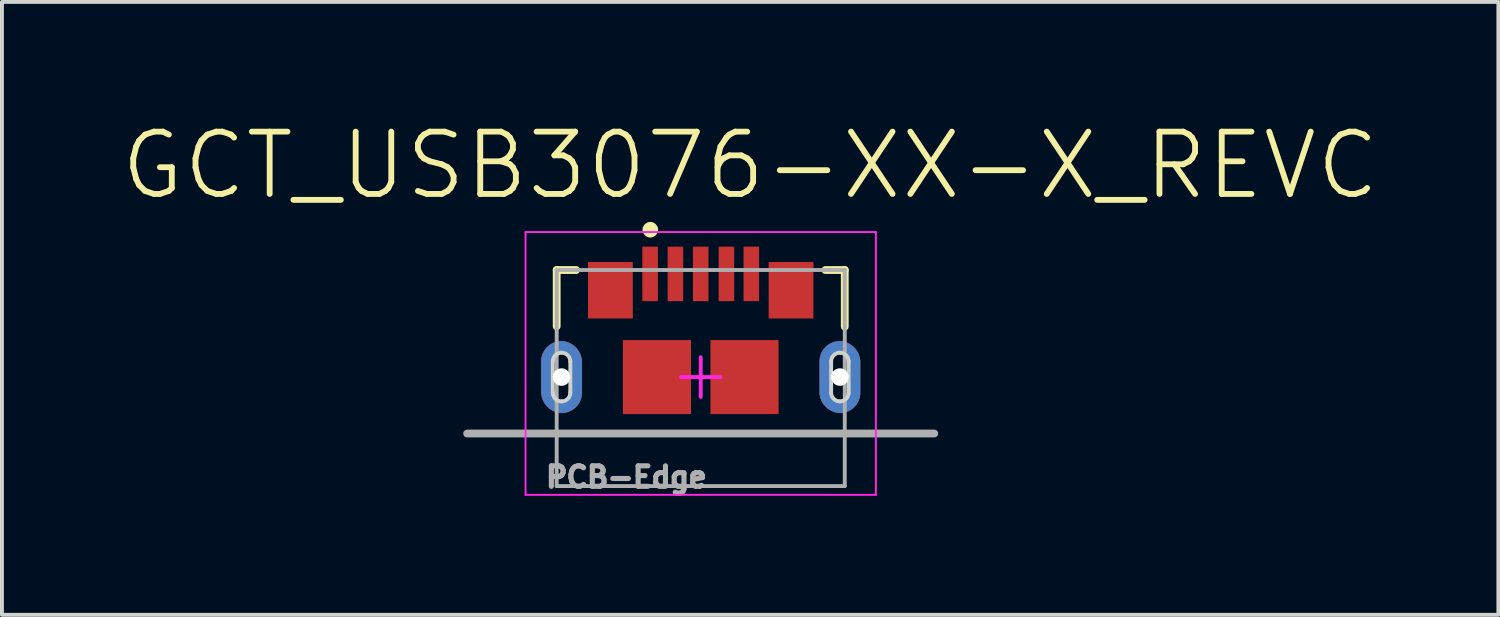
<source format=kicad_pcb>
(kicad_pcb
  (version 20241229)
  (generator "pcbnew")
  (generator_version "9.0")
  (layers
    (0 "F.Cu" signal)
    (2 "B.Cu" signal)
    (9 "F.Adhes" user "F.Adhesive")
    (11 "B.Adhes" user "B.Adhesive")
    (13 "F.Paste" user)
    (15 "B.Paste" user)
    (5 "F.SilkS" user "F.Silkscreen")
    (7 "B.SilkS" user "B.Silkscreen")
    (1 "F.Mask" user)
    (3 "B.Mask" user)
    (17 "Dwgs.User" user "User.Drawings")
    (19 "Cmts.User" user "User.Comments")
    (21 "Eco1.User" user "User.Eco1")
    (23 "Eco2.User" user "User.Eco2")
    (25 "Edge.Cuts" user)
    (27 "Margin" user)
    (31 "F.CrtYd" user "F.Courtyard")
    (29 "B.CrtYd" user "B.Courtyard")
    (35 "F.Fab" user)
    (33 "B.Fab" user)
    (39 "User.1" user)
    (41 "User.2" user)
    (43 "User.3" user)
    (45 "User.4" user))
  (footprint "GCT_USB3076-XX-X_REVC"
    (layer "F.Cu")
    (at 14.95 6.636)
    (property "Reference" "GCT_USB3076-XX-X_REVC" (at 1.27 -5.437 0) (layer "F.SilkS") (effects (font (size 1.6 1.6) (thickness 0.15))))
    (attr through_hole)
    (fp_poly (pts (xy -3.8 0) (xy -3.8 -0.4) (xy -3.8 -0.412) (xy -3.799 -0.424) (xy -3.797 -0.435) (xy -3.795 -0.447) (xy -3.792 -0.458) (xy -3.789 -0.47) (xy -3.785 -0.481) (xy -3.781 -0.492) (xy -3.775 -0.502) (xy -3.77 -0.512) (xy -3.764 -0.523) (xy -3.757 -0.532) (xy -3.75 -0.542) (xy -3.742 -0.551) (xy -3.734 -0.559) (xy -3.726 -0.567) (xy -3.717 -0.575) (xy -3.707 -0.582) (xy -3.698 -0.589) (xy -3.688 -0.595) (xy -3.677 -0.6) (xy -3.667 -0.606) (xy -3.656 -0.61) (xy -3.645 -0.614) (xy -3.633 -0.617) (xy -3.622 -0.62) (xy -3.61 -0.622) (xy -3.599 -0.624) (xy -3.587 -0.625) (xy -3.575 -0.625) (xy -3.563 -0.625) (xy -3.551 -0.624) (xy -3.54 -0.622) (xy -3.528 -0.62) (xy -3.517 -0.617) (xy -3.505 -0.614) (xy -3.494 -0.61) (xy -3.483 -0.606) (xy -3.473 -0.6) (xy -3.462 -0.595) (xy -3.452 -0.589) (xy -3.443 -0.582) (xy -3.433 -0.575) (xy -3.424 -0.567) (xy -3.416 -0.559) (xy -3.408 -0.551) (xy -3.4 -0.542) (xy -3.393 -0.532) (xy -3.386 -0.523) (xy -3.38 -0.512) (xy -3.375 -0.502) (xy -3.369 -0.492) (xy -3.365 -0.481) (xy -3.361 -0.47) (xy -3.358 -0.458) (xy -3.355 -0.447) (xy -3.353 -0.435) (xy -3.351 -0.424) (xy -3.35 -0.412) (xy -3.35 -0.4) (xy -3.35 0) (xy -3.05 0) (xy -3.05 -0.35) (xy -3.049 -0.375) (xy -3.05 -0.404) (xy -3.052 -0.433) (xy -3.056 -0.461) (xy -3.061 -0.489) (xy -3.068 -0.517) (xy -3.076 -0.545) (xy -3.086 -0.572) (xy -3.097 -0.599) (xy -3.109 -0.625) (xy -3.123 -0.65) (xy -3.138 -0.675) (xy -3.155 -0.699) (xy -3.172 -0.721) (xy -3.191 -0.743) (xy -3.211 -0.764) (xy -3.232 -0.784) (xy -3.254 -0.803) (xy -3.276 -0.82) (xy -3.3 -0.837) (xy -3.325 -0.852) (xy -3.35 -0.866) (xy -3.376 -0.878) (xy -3.403 -0.889) (xy -3.43 -0.899) (xy -3.458 -0.907) (xy -3.486 -0.914) (xy -3.514 -0.919) (xy -3.542 -0.923) (xy -3.575 -0.925) (xy -3.602 -0.924) (xy -3.63 -0.922) (xy -3.657 -0.919) (xy -3.684 -0.914) (xy -3.711 -0.907) (xy -3.737 -0.899) (xy -3.763 -0.89) (xy -3.789 -0.88) (xy -3.813 -0.868) (xy -3.837 -0.855) (xy -3.861 -0.84) (xy -3.884 -0.825) (xy -3.905 -0.808) (xy -3.926 -0.79) (xy -3.946 -0.771) (xy -3.965 -0.751) (xy -3.983 -0.73) (xy -4 -0.709) (xy -4.015 -0.686) (xy -4.03 -0.662) (xy -4.043 -0.638) (xy -4.055 -0.614) (xy -4.065 -0.588) (xy -4.074 -0.562) (xy -4.082 -0.536) (xy -4.089 -0.509) (xy -4.094 -0.482) (xy -4.097 -0.455) (xy -4.099 -0.427) (xy -4.1 -0.4) (xy -4.1 0) (xy -3.8 0)) (stroke (width 0.001) (type solid)) (fill yes) (layer "F.Cu"))
    (fp_poly (pts (xy -3.35 0) (xy -3.35 0.4) (xy -3.35 0.412) (xy -3.351 0.424) (xy -3.353 0.435) (xy -3.355 0.447) (xy -3.358 0.458) (xy -3.361 0.47) (xy -3.365 0.481) (xy -3.369 0.492) (xy -3.375 0.502) (xy -3.38 0.512) (xy -3.386 0.523) (xy -3.393 0.532) (xy -3.4 0.542) (xy -3.408 0.551) (xy -3.416 0.559) (xy -3.424 0.567) (xy -3.433 0.575) (xy -3.443 0.582) (xy -3.452 0.589) (xy -3.462 0.595) (xy -3.473 0.6) (xy -3.483 0.606) (xy -3.494 0.61) (xy -3.505 0.614) (xy -3.517 0.617) (xy -3.528 0.62) (xy -3.54 0.622) (xy -3.551 0.624) (xy -3.563 0.625) (xy -3.575 0.625) (xy -3.587 0.625) (xy -3.599 0.624) (xy -3.61 0.622) (xy -3.622 0.62) (xy -3.633 0.617) (xy -3.645 0.614) (xy -3.656 0.61) (xy -3.667 0.606) (xy -3.677 0.6) (xy -3.688 0.595) (xy -3.698 0.589) (xy -3.707 0.582) (xy -3.717 0.575) (xy -3.726 0.567) (xy -3.734 0.559) (xy -3.742 0.551) (xy -3.75 0.542) (xy -3.757 0.532) (xy -3.764 0.523) (xy -3.77 0.512) (xy -3.775 0.502) (xy -3.781 0.492) (xy -3.785 0.481) (xy -3.789 0.47) (xy -3.792 0.458) (xy -3.795 0.447) (xy -3.797 0.435) (xy -3.799 0.424) (xy -3.8 0.412) (xy -3.8 0.4) (xy -3.8 0) (xy -4.1 0) (xy -4.1 0.35) (xy -4.101 0.375) (xy -4.1 0.404) (xy -4.098 0.433) (xy -4.094 0.461) (xy -4.089 0.489) (xy -4.082 0.517) (xy -4.074 0.545) (xy -4.064 0.572) (xy -4.053 0.599) (xy -4.041 0.625) (xy -4.027 0.65) (xy -4.012 0.675) (xy -3.995 0.699) (xy -3.978 0.721) (xy -3.959 0.743) (xy -3.939 0.764) (xy -3.918 0.784) (xy -3.896 0.803) (xy -3.874 0.82) (xy -3.85 0.837) (xy -3.825 0.852) (xy -3.8 0.866) (xy -3.774 0.878) (xy -3.747 0.889) (xy -3.72 0.899) (xy -3.692 0.907) (xy -3.664 0.914) (xy -3.636 0.919) (xy -3.608 0.923) (xy -3.575 0.925) (xy -3.548 0.924) (xy -3.52 0.922) (xy -3.493 0.919) (xy -3.466 0.914) (xy -3.439 0.907) (xy -3.413 0.899) (xy -3.387 0.89) (xy -3.361 0.88) (xy -3.337 0.868) (xy -3.312 0.855) (xy -3.289 0.84) (xy -3.266 0.825) (xy -3.245 0.808) (xy -3.224 0.79) (xy -3.204 0.771) (xy -3.185 0.751) (xy -3.167 0.73) (xy -3.15 0.709) (xy -3.135 0.686) (xy -3.12 0.662) (xy -3.107 0.638) (xy -3.095 0.614) (xy -3.085 0.588) (xy -3.076 0.562) (xy -3.068 0.536) (xy -3.061 0.509) (xy -3.056 0.482) (xy -3.053 0.455) (xy -3.051 0.427) (xy -3.05 0.4) (xy -3.05 0) (xy -3.35 0)) (stroke (width 0.001) (type solid)) (fill yes) (layer "F.Cu"))
    (fp_poly (pts (xy 3.35 0) (xy 3.35 -0.4) (xy 3.35 -0.412) (xy 3.351 -0.424) (xy 3.353 -0.435) (xy 3.355 -0.447) (xy 3.358 -0.458) (xy 3.361 -0.47) (xy 3.365 -0.481) (xy 3.369 -0.492) (xy 3.375 -0.502) (xy 3.38 -0.512) (xy 3.386 -0.523) (xy 3.393 -0.532) (xy 3.4 -0.542) (xy 3.408 -0.551) (xy 3.416 -0.559) (xy 3.424 -0.567) (xy 3.433 -0.575) (xy 3.443 -0.582) (xy 3.452 -0.589) (xy 3.462 -0.595) (xy 3.473 -0.6) (xy 3.483 -0.606) (xy 3.494 -0.61) (xy 3.505 -0.614) (xy 3.517 -0.617) (xy 3.528 -0.62) (xy 3.54 -0.622) (xy 3.551 -0.624) (xy 3.563 -0.625) (xy 3.575 -0.625) (xy 3.587 -0.625) (xy 3.599 -0.624) (xy 3.61 -0.622) (xy 3.622 -0.62) (xy 3.633 -0.617) (xy 3.645 -0.614) (xy 3.656 -0.61) (xy 3.667 -0.606) (xy 3.677 -0.6) (xy 3.688 -0.595) (xy 3.698 -0.589) (xy 3.707 -0.582) (xy 3.717 -0.575) (xy 3.726 -0.567) (xy 3.734 -0.559) (xy 3.742 -0.551) (xy 3.75 -0.542) (xy 3.757 -0.532) (xy 3.764 -0.523) (xy 3.77 -0.512) (xy 3.775 -0.502) (xy 3.781 -0.492) (xy 3.785 -0.481) (xy 3.789 -0.47) (xy 3.792 -0.458) (xy 3.795 -0.447) (xy 3.797 -0.435) (xy 3.799 -0.424) (xy 3.8 -0.412) (xy 3.8 -0.4) (xy 3.8 0) (xy 4.1 0) (xy 4.1 -0.35) (xy 4.101 -0.375) (xy 4.1 -0.404) (xy 4.098 -0.433) (xy 4.094 -0.461) (xy 4.089 -0.489) (xy 4.082 -0.517) (xy 4.074 -0.545) (xy 4.064 -0.572) (xy 4.053 -0.599) (xy 4.041 -0.625) (xy 4.027 -0.65) (xy 4.012 -0.675) (xy 3.995 -0.699) (xy 3.978 -0.721) (xy 3.959 -0.743) (xy 3.939 -0.764) (xy 3.918 -0.784) (xy 3.896 -0.803) (xy 3.874 -0.82) (xy 3.85 -0.837) (xy 3.825 -0.852) (xy 3.8 -0.866) (xy 3.774 -0.878) (xy 3.747 -0.889) (xy 3.72 -0.899) (xy 3.692 -0.907) (xy 3.664 -0.914) (xy 3.636 -0.919) (xy 3.608 -0.923) (xy 3.575 -0.925) (xy 3.548 -0.924) (xy 3.52 -0.922) (xy 3.493 -0.919) (xy 3.466 -0.914) (xy 3.439 -0.907) (xy 3.413 -0.899) (xy 3.387 -0.89) (xy 3.361 -0.88) (xy 3.337 -0.868) (xy 3.312 -0.855) (xy 3.289 -0.84) (xy 3.266 -0.825) (xy 3.245 -0.808) (xy 3.224 -0.79) (xy 3.204 -0.771) (xy 3.185 -0.751) (xy 3.167 -0.73) (xy 3.15 -0.709) (xy 3.135 -0.686) (xy 3.12 -0.662) (xy 3.107 -0.638) (xy 3.095 -0.614) (xy 3.085 -0.588) (xy 3.076 -0.562) (xy 3.068 -0.536) (xy 3.061 -0.509) (xy 3.056 -0.482) (xy 3.053 -0.455) (xy 3.051 -0.427) (xy 3.05 -0.4) (xy 3.05 0) (xy 3.35 0)) (stroke (width 0.001) (type solid)) (fill yes) (layer "F.Cu"))
    (fp_poly (pts (xy 3.8 0) (xy 3.8 0.4) (xy 3.8 0.412) (xy 3.799 0.424) (xy 3.797 0.435) (xy 3.795 0.447) (xy 3.792 0.458) (xy 3.789 0.47) (xy 3.785 0.481) (xy 3.781 0.492) (xy 3.775 0.502) (xy 3.77 0.512) (xy 3.764 0.523) (xy 3.757 0.532) (xy 3.75 0.542) (xy 3.742 0.551) (xy 3.734 0.559) (xy 3.726 0.567) (xy 3.717 0.575) (xy 3.707 0.582) (xy 3.698 0.589) (xy 3.688 0.595) (xy 3.677 0.6) (xy 3.667 0.606) (xy 3.656 0.61) (xy 3.645 0.614) (xy 3.633 0.617) (xy 3.622 0.62) (xy 3.61 0.622) (xy 3.599 0.624) (xy 3.587 0.625) (xy 3.575 0.625) (xy 3.563 0.625) (xy 3.551 0.624) (xy 3.54 0.622) (xy 3.528 0.62) (xy 3.517 0.617) (xy 3.505 0.614) (xy 3.494 0.61) (xy 3.483 0.606) (xy 3.473 0.6) (xy 3.462 0.595) (xy 3.452 0.589) (xy 3.443 0.582) (xy 3.433 0.575) (xy 3.424 0.567) (xy 3.416 0.559) (xy 3.408 0.551) (xy 3.4 0.542) (xy 3.393 0.532) (xy 3.386 0.523) (xy 3.38 0.512) (xy 3.375 0.502) (xy 3.369 0.492) (xy 3.365 0.481) (xy 3.361 0.47) (xy 3.358 0.458) (xy 3.355 0.447) (xy 3.353 0.435) (xy 3.351 0.424) (xy 3.35 0.412) (xy 3.35 0.4) (xy 3.35 0) (xy 3.05 0) (xy 3.05 0.35) (xy 3.049 0.375) (xy 3.05 0.404) (xy 3.052 0.433) (xy 3.056 0.461) (xy 3.061 0.489) (xy 3.068 0.517) (xy 3.076 0.545) (xy 3.086 0.572) (xy 3.097 0.599) (xy 3.109 0.625) (xy 3.123 0.65) (xy 3.138 0.675) (xy 3.155 0.699) (xy 3.172 0.721) (xy 3.191 0.743) (xy 3.211 0.764) (xy 3.232 0.784) (xy 3.254 0.803) (xy 3.276 0.82) (xy 3.3 0.837) (xy 3.325 0.852) (xy 3.35 0.866) (xy 3.376 0.878) (xy 3.403 0.889) (xy 3.43 0.899) (xy 3.458 0.907) (xy 3.486 0.914) (xy 3.514 0.919) (xy 3.542 0.923) (xy 3.575 0.925) (xy 3.602 0.924) (xy 3.63 0.922) (xy 3.657 0.919) (xy 3.684 0.914) (xy 3.711 0.907) (xy 3.737 0.899) (xy 3.763 0.89) (xy 3.789 0.88) (xy 3.813 0.868) (xy 3.837 0.855) (xy 3.861 0.84) (xy 3.884 0.825) (xy 3.905 0.808) (xy 3.926 0.79) (xy 3.946 0.771) (xy 3.965 0.751) (xy 3.983 0.73) (xy 4 0.709) (xy 4.015 0.686) (xy 4.03 0.662) (xy 4.043 0.638) (xy 4.055 0.614) (xy 4.065 0.588) (xy 4.074 0.562) (xy 4.082 0.536) (xy 4.089 0.509) (xy 4.094 0.482) (xy 4.097 0.455) (xy 4.099 0.427) (xy 4.1 0.4) (xy 4.1 0) (xy 3.8 0)) (stroke (width 0.001) (type solid)) (fill yes) (layer "F.Cu"))
    (fp_poly (pts (xy -4.304 -1.15) (xy -2.849 -1.15) (xy -2.849 1.151) (xy -4.304 1.151)) (stroke (width 0.01) (type solid)) (fill yes) (layer "F.Mask"))
    (fp_poly (pts (xy 2.856 -1.15) (xy 4.301 -1.15) (xy 4.301 1.152) (xy 2.856 1.152)) (stroke (width 0.01) (type solid)) (fill yes) (layer "F.Mask"))
    (fp_poly (pts (xy -3.8 0) (xy -3.8 -0.4) (xy -3.8 -0.412) (xy -3.799 -0.424) (xy -3.797 -0.435) (xy -3.795 -0.447) (xy -3.792 -0.458) (xy -3.789 -0.47) (xy -3.785 -0.481) (xy -3.781 -0.492) (xy -3.775 -0.502) (xy -3.77 -0.512) (xy -3.764 -0.523) (xy -3.757 -0.532) (xy -3.75 -0.542) (xy -3.742 -0.551) (xy -3.734 -0.559) (xy -3.726 -0.567) (xy -3.717 -0.575) (xy -3.707 -0.582) (xy -3.698 -0.589) (xy -3.688 -0.595) (xy -3.677 -0.6) (xy -3.667 -0.606) (xy -3.656 -0.61) (xy -3.645 -0.614) (xy -3.633 -0.617) (xy -3.622 -0.62) (xy -3.61 -0.622) (xy -3.599 -0.624) (xy -3.587 -0.625) (xy -3.575 -0.625) (xy -3.563 -0.625) (xy -3.551 -0.624) (xy -3.54 -0.622) (xy -3.528 -0.62) (xy -3.517 -0.617) (xy -3.505 -0.614) (xy -3.494 -0.61) (xy -3.483 -0.606) (xy -3.473 -0.6) (xy -3.462 -0.595) (xy -3.452 -0.589) (xy -3.443 -0.582) (xy -3.433 -0.575) (xy -3.424 -0.567) (xy -3.416 -0.559) (xy -3.408 -0.551) (xy -3.4 -0.542) (xy -3.393 -0.532) (xy -3.386 -0.523) (xy -3.38 -0.512) (xy -3.375 -0.502) (xy -3.369 -0.492) (xy -3.365 -0.481) (xy -3.361 -0.47) (xy -3.358 -0.458) (xy -3.355 -0.447) (xy -3.353 -0.435) (xy -3.351 -0.424) (xy -3.35 -0.412) (xy -3.35 -0.4) (xy -3.35 0) (xy -3.05 0) (xy -3.05 -0.35) (xy -3.049 -0.375) (xy -3.05 -0.404) (xy -3.052 -0.433) (xy -3.056 -0.461) (xy -3.061 -0.489) (xy -3.068 -0.517) (xy -3.076 -0.545) (xy -3.086 -0.572) (xy -3.097 -0.599) (xy -3.109 -0.625) (xy -3.123 -0.65) (xy -3.138 -0.675) (xy -3.155 -0.699) (xy -3.172 -0.721) (xy -3.191 -0.743) (xy -3.211 -0.764) (xy -3.232 -0.784) (xy -3.254 -0.803) (xy -3.276 -0.82) (xy -3.3 -0.837) (xy -3.325 -0.852) (xy -3.35 -0.866) (xy -3.376 -0.878) (xy -3.403 -0.889) (xy -3.43 -0.899) (xy -3.458 -0.907) (xy -3.486 -0.914) (xy -3.514 -0.919) (xy -3.542 -0.923) (xy -3.575 -0.925) (xy -3.602 -0.924) (xy -3.63 -0.922) (xy -3.657 -0.919) (xy -3.684 -0.914) (xy -3.711 -0.907) (xy -3.737 -0.899) (xy -3.763 -0.89) (xy -3.789 -0.88) (xy -3.813 -0.868) (xy -3.837 -0.855) (xy -3.861 -0.84) (xy -3.884 -0.825) (xy -3.905 -0.808) (xy -3.926 -0.79) (xy -3.946 -0.771) (xy -3.965 -0.751) (xy -3.983 -0.73) (xy -4 -0.709) (xy -4.015 -0.686) (xy -4.03 -0.662) (xy -4.043 -0.638) (xy -4.055 -0.614) (xy -4.065 -0.588) (xy -4.074 -0.562) (xy -4.082 -0.536) (xy -4.089 -0.509) (xy -4.094 -0.482) (xy -4.097 -0.455) (xy -4.099 -0.427) (xy -4.1 -0.4) (xy -4.1 0) (xy -3.8 0)) (stroke (width 0.001) (type solid)) (fill yes) (layer "B.Cu"))
    (fp_poly (pts (xy -3.35 0) (xy -3.35 0.4) (xy -3.35 0.412) (xy -3.351 0.424) (xy -3.353 0.435) (xy -3.355 0.447) (xy -3.358 0.458) (xy -3.361 0.47) (xy -3.365 0.481) (xy -3.369 0.492) (xy -3.375 0.502) (xy -3.38 0.512) (xy -3.386 0.523) (xy -3.393 0.532) (xy -3.4 0.542) (xy -3.408 0.551) (xy -3.416 0.559) (xy -3.424 0.567) (xy -3.433 0.575) (xy -3.443 0.582) (xy -3.452 0.589) (xy -3.462 0.595) (xy -3.473 0.6) (xy -3.483 0.606) (xy -3.494 0.61) (xy -3.505 0.614) (xy -3.517 0.617) (xy -3.528 0.62) (xy -3.54 0.622) (xy -3.551 0.624) (xy -3.563 0.625) (xy -3.575 0.625) (xy -3.587 0.625) (xy -3.599 0.624) (xy -3.61 0.622) (xy -3.622 0.62) (xy -3.633 0.617) (xy -3.645 0.614) (xy -3.656 0.61) (xy -3.667 0.606) (xy -3.677 0.6) (xy -3.688 0.595) (xy -3.698 0.589) (xy -3.707 0.582) (xy -3.717 0.575) (xy -3.726 0.567) (xy -3.734 0.559) (xy -3.742 0.551) (xy -3.75 0.542) (xy -3.757 0.532) (xy -3.764 0.523) (xy -3.77 0.512) (xy -3.775 0.502) (xy -3.781 0.492) (xy -3.785 0.481) (xy -3.789 0.47) (xy -3.792 0.458) (xy -3.795 0.447) (xy -3.797 0.435) (xy -3.799 0.424) (xy -3.8 0.412) (xy -3.8 0.4) (xy -3.8 0) (xy -4.1 0) (xy -4.1 0.35) (xy -4.101 0.375) (xy -4.1 0.404) (xy -4.098 0.433) (xy -4.094 0.461) (xy -4.089 0.489) (xy -4.082 0.517) (xy -4.074 0.545) (xy -4.064 0.572) (xy -4.053 0.599) (xy -4.041 0.625) (xy -4.027 0.65) (xy -4.012 0.675) (xy -3.995 0.699) (xy -3.978 0.721) (xy -3.959 0.743) (xy -3.939 0.764) (xy -3.918 0.784) (xy -3.896 0.803) (xy -3.874 0.82) (xy -3.85 0.837) (xy -3.825 0.852) (xy -3.8 0.866) (xy -3.774 0.878) (xy -3.747 0.889) (xy -3.72 0.899) (xy -3.692 0.907) (xy -3.664 0.914) (xy -3.636 0.919) (xy -3.608 0.923) (xy -3.575 0.925) (xy -3.548 0.924) (xy -3.52 0.922) (xy -3.493 0.919) (xy -3.466 0.914) (xy -3.439 0.907) (xy -3.413 0.899) (xy -3.387 0.89) (xy -3.361 0.88) (xy -3.337 0.868) (xy -3.312 0.855) (xy -3.289 0.84) (xy -3.266 0.825) (xy -3.245 0.808) (xy -3.224 0.79) (xy -3.204 0.771) (xy -3.185 0.751) (xy -3.167 0.73) (xy -3.15 0.709) (xy -3.135 0.686) (xy -3.12 0.662) (xy -3.107 0.638) (xy -3.095 0.614) (xy -3.085 0.588) (xy -3.076 0.562) (xy -3.068 0.536) (xy -3.061 0.509) (xy -3.056 0.482) (xy -3.053 0.455) (xy -3.051 0.427) (xy -3.05 0.4) (xy -3.05 0) (xy -3.35 0)) (stroke (width 0.001) (type solid)) (fill yes) (layer "B.Cu"))
    (fp_poly (pts (xy 3.35 0) (xy 3.35 -0.4) (xy 3.35 -0.412) (xy 3.351 -0.424) (xy 3.353 -0.435) (xy 3.355 -0.447) (xy 3.358 -0.458) (xy 3.361 -0.47) (xy 3.365 -0.481) (xy 3.369 -0.492) (xy 3.375 -0.502) (xy 3.38 -0.512) (xy 3.386 -0.523) (xy 3.393 -0.532) (xy 3.4 -0.542) (xy 3.408 -0.551) (xy 3.416 -0.559) (xy 3.424 -0.567) (xy 3.433 -0.575) (xy 3.443 -0.582) (xy 3.452 -0.589) (xy 3.462 -0.595) (xy 3.473 -0.6) (xy 3.483 -0.606) (xy 3.494 -0.61) (xy 3.505 -0.614) (xy 3.517 -0.617) (xy 3.528 -0.62) (xy 3.54 -0.622) (xy 3.551 -0.624) (xy 3.563 -0.625) (xy 3.575 -0.625) (xy 3.587 -0.625) (xy 3.599 -0.624) (xy 3.61 -0.622) (xy 3.622 -0.62) (xy 3.633 -0.617) (xy 3.645 -0.614) (xy 3.656 -0.61) (xy 3.667 -0.606) (xy 3.677 -0.6) (xy 3.688 -0.595) (xy 3.698 -0.589) (xy 3.707 -0.582) (xy 3.717 -0.575) (xy 3.726 -0.567) (xy 3.734 -0.559) (xy 3.742 -0.551) (xy 3.75 -0.542) (xy 3.757 -0.532) (xy 3.764 -0.523) (xy 3.77 -0.512) (xy 3.775 -0.502) (xy 3.781 -0.492) (xy 3.785 -0.481) (xy 3.789 -0.47) (xy 3.792 -0.458) (xy 3.795 -0.447) (xy 3.797 -0.435) (xy 3.799 -0.424) (xy 3.8 -0.412) (xy 3.8 -0.4) (xy 3.8 0) (xy 4.1 0) (xy 4.1 -0.35) (xy 4.101 -0.375) (xy 4.1 -0.404) (xy 4.098 -0.433) (xy 4.094 -0.461) (xy 4.089 -0.489) (xy 4.082 -0.517) (xy 4.074 -0.545) (xy 4.064 -0.572) (xy 4.053 -0.599) (xy 4.041 -0.625) (xy 4.027 -0.65) (xy 4.012 -0.675) (xy 3.995 -0.699) (xy 3.978 -0.721) (xy 3.959 -0.743) (xy 3.939 -0.764) (xy 3.918 -0.784) (xy 3.896 -0.803) (xy 3.874 -0.82) (xy 3.85 -0.837) (xy 3.825 -0.852) (xy 3.8 -0.866) (xy 3.774 -0.878) (xy 3.747 -0.889) (xy 3.72 -0.899) (xy 3.692 -0.907) (xy 3.664 -0.914) (xy 3.636 -0.919) (xy 3.608 -0.923) (xy 3.575 -0.925) (xy 3.548 -0.924) (xy 3.52 -0.922) (xy 3.493 -0.919) (xy 3.466 -0.914) (xy 3.439 -0.907) (xy 3.413 -0.899) (xy 3.387 -0.89) (xy 3.361 -0.88) (xy 3.337 -0.868) (xy 3.312 -0.855) (xy 3.289 -0.84) (xy 3.266 -0.825) (xy 3.245 -0.808) (xy 3.224 -0.79) (xy 3.204 -0.771) (xy 3.185 -0.751) (xy 3.167 -0.73) (xy 3.15 -0.709) (xy 3.135 -0.686) (xy 3.12 -0.662) (xy 3.107 -0.638) (xy 3.095 -0.614) (xy 3.085 -0.588) (xy 3.076 -0.562) (xy 3.068 -0.536) (xy 3.061 -0.509) (xy 3.056 -0.482) (xy 3.053 -0.455) (xy 3.051 -0.427) (xy 3.05 -0.4) (xy 3.05 0) (xy 3.35 0)) (stroke (width 0.001) (type solid)) (fill yes) (layer "B.Cu"))
    (fp_poly (pts (xy 3.8 0) (xy 3.8 0.4) (xy 3.8 0.412) (xy 3.799 0.424) (xy 3.797 0.435) (xy 3.795 0.447) (xy 3.792 0.458) (xy 3.789 0.47) (xy 3.785 0.481) (xy 3.781 0.492) (xy 3.775 0.502) (xy 3.77 0.512) (xy 3.764 0.523) (xy 3.757 0.532) (xy 3.75 0.542) (xy 3.742 0.551) (xy 3.734 0.559) (xy 3.726 0.567) (xy 3.717 0.575) (xy 3.707 0.582) (xy 3.698 0.589) (xy 3.688 0.595) (xy 3.677 0.6) (xy 3.667 0.606) (xy 3.656 0.61) (xy 3.645 0.614) (xy 3.633 0.617) (xy 3.622 0.62) (xy 3.61 0.622) (xy 3.599 0.624) (xy 3.587 0.625) (xy 3.575 0.625) (xy 3.563 0.625) (xy 3.551 0.624) (xy 3.54 0.622) (xy 3.528 0.62) (xy 3.517 0.617) (xy 3.505 0.614) (xy 3.494 0.61) (xy 3.483 0.606) (xy 3.473 0.6) (xy 3.462 0.595) (xy 3.452 0.589) (xy 3.443 0.582) (xy 3.433 0.575) (xy 3.424 0.567) (xy 3.416 0.559) (xy 3.408 0.551) (xy 3.4 0.542) (xy 3.393 0.532) (xy 3.386 0.523) (xy 3.38 0.512) (xy 3.375 0.502) (xy 3.369 0.492) (xy 3.365 0.481) (xy 3.361 0.47) (xy 3.358 0.458) (xy 3.355 0.447) (xy 3.353 0.435) (xy 3.351 0.424) (xy 3.35 0.412) (xy 3.35 0.4) (xy 3.35 0) (xy 3.05 0) (xy 3.05 0.35) (xy 3.049 0.375) (xy 3.05 0.404) (xy 3.052 0.433) (xy 3.056 0.461) (xy 3.061 0.489) (xy 3.068 0.517) (xy 3.076 0.545) (xy 3.086 0.572) (xy 3.097 0.599) (xy 3.109 0.625) (xy 3.123 0.65) (xy 3.138 0.675) (xy 3.155 0.699) (xy 3.172 0.721) (xy 3.191 0.743) (xy 3.211 0.764) (xy 3.232 0.784) (xy 3.254 0.803) (xy 3.276 0.82) (xy 3.3 0.837) (xy 3.325 0.852) (xy 3.35 0.866) (xy 3.376 0.878) (xy 3.403 0.889) (xy 3.43 0.899) (xy 3.458 0.907) (xy 3.486 0.914) (xy 3.514 0.919) (xy 3.542 0.923) (xy 3.575 0.925) (xy 3.602 0.924) (xy 3.63 0.922) (xy 3.657 0.919) (xy 3.684 0.914) (xy 3.711 0.907) (xy 3.737 0.899) (xy 3.763 0.89) (xy 3.789 0.88) (xy 3.813 0.868) (xy 3.837 0.855) (xy 3.861 0.84) (xy 3.884 0.825) (xy 3.905 0.808) (xy 3.926 0.79) (xy 3.946 0.771) (xy 3.965 0.751) (xy 3.983 0.73) (xy 4 0.709) (xy 4.015 0.686) (xy 4.03 0.662) (xy 4.043 0.638) (xy 4.055 0.614) (xy 4.065 0.588) (xy 4.074 0.562) (xy 4.082 0.536) (xy 4.089 0.509) (xy 4.094 0.482) (xy 4.097 0.455) (xy 4.099 0.427) (xy 4.1 0.4) (xy 4.1 0) (xy 3.8 0)) (stroke (width 0.001) (type solid)) (fill yes) (layer "B.Cu"))
    (fp_poly (pts (xy -4.307 -1.15) (xy -2.849 -1.15) (xy -2.849 1.152) (xy -4.307 1.152)) (stroke (width 0.01) (type solid)) (fill yes) (layer "B.Mask"))
    (fp_poly (pts (xy 2.854 -1.15) (xy 4.301 -1.15) (xy 4.301 1.151) (xy 2.854 1.151)) (stroke (width 0.01) (type solid)) (fill yes) (layer "B.Mask"))
    (fp_line (start -3.7 -2.75) (end -3.2 -2.75) (stroke (width 0.2) (type solid)) (layer "F.SilkS"))
    (fp_line (start -3.7 -1.305) (end -3.7 -2.75) (stroke (width 0.2) (type solid)) (layer "F.SilkS"))
    (fp_line (start 3.2 -2.75) (end 3.7 -2.75) (stroke (width 0.2) (type solid)) (layer "F.SilkS"))
    (fp_line (start 3.7 -1.295) (end 3.7 -2.75) (stroke (width 0.2) (type solid)) (layer "F.SilkS"))
    (fp_circle (center -1.295 -3.785) (end -1.194 -3.785) (stroke (width 0.2) (type solid)) (fill no) (layer "F.SilkS"))
    (fp_poly (pts (xy -3.8 0) (xy -3.8 -0.4) (xy -3.8 -0.412) (xy -3.799 -0.424) (xy -3.797 -0.435) (xy -3.795 -0.447) (xy -3.792 -0.458) (xy -3.789 -0.47) (xy -3.785 -0.481) (xy -3.781 -0.492) (xy -3.775 -0.502) (xy -3.77 -0.512) (xy -3.764 -0.523) (xy -3.757 -0.532) (xy -3.75 -0.542) (xy -3.742 -0.551) (xy -3.734 -0.559) (xy -3.726 -0.567) (xy -3.717 -0.575) (xy -3.707 -0.582) (xy -3.698 -0.589) (xy -3.688 -0.595) (xy -3.677 -0.6) (xy -3.667 -0.606) (xy -3.656 -0.61) (xy -3.645 -0.614) (xy -3.633 -0.617) (xy -3.622 -0.62) (xy -3.61 -0.622) (xy -3.599 -0.624) (xy -3.587 -0.625) (xy -3.575 -0.625) (xy -3.563 -0.625) (xy -3.551 -0.624) (xy -3.54 -0.622) (xy -3.528 -0.62) (xy -3.517 -0.617) (xy -3.505 -0.614) (xy -3.494 -0.61) (xy -3.483 -0.606) (xy -3.473 -0.6) (xy -3.462 -0.595) (xy -3.452 -0.589) (xy -3.443 -0.582) (xy -3.433 -0.575) (xy -3.424 -0.567) (xy -3.416 -0.559) (xy -3.408 -0.551) (xy -3.4 -0.542) (xy -3.393 -0.532) (xy -3.386 -0.523) (xy -3.38 -0.512) (xy -3.375 -0.502) (xy -3.369 -0.492) (xy -3.365 -0.481) (xy -3.361 -0.47) (xy -3.358 -0.458) (xy -3.355 -0.447) (xy -3.353 -0.435) (xy -3.351 -0.424) (xy -3.35 -0.412) (xy -3.35 -0.4) (xy -3.35 0) (xy -3.05 0) (xy -3.05 -0.35) (xy -3.049 -0.375) (xy -3.05 -0.404) (xy -3.052 -0.433) (xy -3.056 -0.461) (xy -3.061 -0.489) (xy -3.068 -0.517) (xy -3.076 -0.545) (xy -3.086 -0.572) (xy -3.097 -0.599) (xy -3.109 -0.625) (xy -3.123 -0.65) (xy -3.138 -0.675) (xy -3.155 -0.699) (xy -3.172 -0.721) (xy -3.191 -0.743) (xy -3.211 -0.764) (xy -3.232 -0.784) (xy -3.254 -0.803) (xy -3.276 -0.82) (xy -3.3 -0.837) (xy -3.325 -0.852) (xy -3.35 -0.866) (xy -3.376 -0.878) (xy -3.403 -0.889) (xy -3.43 -0.899) (xy -3.458 -0.907) (xy -3.486 -0.914) (xy -3.514 -0.919) (xy -3.542 -0.923) (xy -3.575 -0.925) (xy -3.602 -0.924) (xy -3.63 -0.922) (xy -3.657 -0.919) (xy -3.684 -0.914) (xy -3.711 -0.907) (xy -3.737 -0.899) (xy -3.763 -0.89) (xy -3.789 -0.88) (xy -3.813 -0.868) (xy -3.837 -0.855) (xy -3.861 -0.84) (xy -3.884 -0.825) (xy -3.905 -0.808) (xy -3.926 -0.79) (xy -3.946 -0.771) (xy -3.965 -0.751) (xy -3.983 -0.73) (xy -4 -0.709) (xy -4.015 -0.686) (xy -4.03 -0.662) (xy -4.043 -0.638) (xy -4.055 -0.614) (xy -4.065 -0.588) (xy -4.074 -0.562) (xy -4.082 -0.536) (xy -4.089 -0.509) (xy -4.094 -0.482) (xy -4.097 -0.455) (xy -4.099 -0.427) (xy -4.1 -0.4) (xy -4.1 0) (xy -3.8 0)) (stroke (width 0.001) (type solid)) (fill yes) (layer "F.Paste"))
    (fp_poly (pts (xy -3.799 0) (xy -3.799 -0.4) (xy -3.799 -0.412) (xy -3.798 -0.424) (xy -3.796 -0.435) (xy -3.794 -0.447) (xy -3.791 -0.458) (xy -3.788 -0.47) (xy -3.784 -0.481) (xy -3.78 -0.492) (xy -3.774 -0.502) (xy -3.769 -0.512) (xy -3.763 -0.523) (xy -3.756 -0.532) (xy -3.749 -0.542) (xy -3.741 -0.551) (xy -3.733 -0.559) (xy -3.725 -0.567) (xy -3.716 -0.575) (xy -3.706 -0.582) (xy -3.697 -0.589) (xy -3.687 -0.595) (xy -3.676 -0.6) (xy -3.666 -0.606) (xy -3.655 -0.61) (xy -3.644 -0.614) (xy -3.632 -0.617) (xy -3.621 -0.62) (xy -3.609 -0.622) (xy -3.598 -0.624) (xy -3.586 -0.625) (xy -3.574 -0.625) (xy -3.562 -0.625) (xy -3.55 -0.624) (xy -3.539 -0.622) (xy -3.527 -0.62) (xy -3.516 -0.617) (xy -3.504 -0.614) (xy -3.493 -0.61) (xy -3.482 -0.606) (xy -3.472 -0.6) (xy -3.462 -0.595) (xy -3.451 -0.589) (xy -3.442 -0.582) (xy -3.432 -0.575) (xy -3.423 -0.567) (xy -3.415 -0.559) (xy -3.407 -0.551) (xy -3.399 -0.542) (xy -3.392 -0.532) (xy -3.385 -0.523) (xy -3.379 -0.512) (xy -3.374 -0.502) (xy -3.368 -0.492) (xy -3.364 -0.481) (xy -3.36 -0.47) (xy -3.357 -0.458) (xy -3.354 -0.447) (xy -3.352 -0.435) (xy -3.35 -0.424) (xy -3.349 -0.412) (xy -3.349 -0.4) (xy -3.349 0) (xy -3.049 0) (xy -3.049 -0.355) (xy -3.049 -0.387) (xy -3.05 -0.416) (xy -3.053 -0.444) (xy -3.057 -0.473) (xy -3.063 -0.501) (xy -3.07 -0.529) (xy -3.078 -0.556) (xy -3.088 -0.583) (xy -3.1 -0.609) (xy -3.113 -0.635) (xy -3.127 -0.66) (xy -3.142 -0.684) (xy -3.159 -0.707) (xy -3.177 -0.73) (xy -3.196 -0.751) (xy -3.216 -0.772) (xy -3.237 -0.791) (xy -3.259 -0.809) (xy -3.282 -0.826) (xy -3.306 -0.842) (xy -3.331 -0.857) (xy -3.356 -0.87) (xy -3.382 -0.882) (xy -3.409 -0.892) (xy -3.436 -0.902) (xy -3.464 -0.909) (xy -3.492 -0.915) (xy -3.52 -0.92) (xy -3.549 -0.923) (xy -3.574 -0.925) (xy -3.601 -0.924) (xy -3.629 -0.922) (xy -3.656 -0.919) (xy -3.683 -0.914) (xy -3.71 -0.907) (xy -3.736 -0.899) (xy -3.762 -0.89) (xy -3.788 -0.88) (xy -3.812 -0.868) (xy -3.837 -0.855) (xy -3.86 -0.84) (xy -3.883 -0.825) (xy -3.904 -0.808) (xy -3.925 -0.79) (xy -3.945 -0.771) (xy -3.964 -0.751) (xy -3.982 -0.73) (xy -3.999 -0.709) (xy -4.014 -0.686) (xy -4.029 -0.662) (xy -4.042 -0.638) (xy -4.054 -0.614) (xy -4.064 -0.588) (xy -4.073 -0.562) (xy -4.081 -0.536) (xy -4.088 -0.509) (xy -4.093 -0.482) (xy -4.096 -0.455) (xy -4.098 -0.427) (xy -4.099 -0.4) (xy -4.099 0) (xy -3.799 0)) (stroke (width 0.001) (type solid)) (fill yes) (layer "F.Paste"))
    (fp_poly (pts (xy -3.35 0) (xy -3.35 0.4) (xy -3.35 0.412) (xy -3.351 0.424) (xy -3.353 0.435) (xy -3.355 0.447) (xy -3.358 0.458) (xy -3.361 0.47) (xy -3.365 0.481) (xy -3.369 0.492) (xy -3.375 0.502) (xy -3.38 0.512) (xy -3.386 0.523) (xy -3.393 0.532) (xy -3.4 0.542) (xy -3.408 0.551) (xy -3.416 0.559) (xy -3.424 0.567) (xy -3.433 0.575) (xy -3.443 0.582) (xy -3.452 0.589) (xy -3.462 0.595) (xy -3.473 0.6) (xy -3.483 0.606) (xy -3.494 0.61) (xy -3.505 0.614) (xy -3.517 0.617) (xy -3.528 0.62) (xy -3.54 0.622) (xy -3.551 0.624) (xy -3.563 0.625) (xy -3.575 0.625) (xy -3.587 0.625) (xy -3.599 0.624) (xy -3.61 0.622) (xy -3.622 0.62) (xy -3.633 0.617) (xy -3.645 0.614) (xy -3.656 0.61) (xy -3.667 0.606) (xy -3.677 0.6) (xy -3.688 0.595) (xy -3.698 0.589) (xy -3.707 0.582) (xy -3.717 0.575) (xy -3.726 0.567) (xy -3.734 0.559) (xy -3.742 0.551) (xy -3.75 0.542) (xy -3.757 0.532) (xy -3.764 0.523) (xy -3.77 0.512) (xy -3.775 0.502) (xy -3.781 0.492) (xy -3.785 0.481) (xy -3.789 0.47) (xy -3.792 0.458) (xy -3.795 0.447) (xy -3.797 0.435) (xy -3.799 0.424) (xy -3.8 0.412) (xy -3.8 0.4) (xy -3.8 0) (xy -4.1 0) (xy -4.1 0.35) (xy -4.101 0.375) (xy -4.1 0.404) (xy -4.098 0.433) (xy -4.094 0.461) (xy -4.089 0.489) (xy -4.082 0.517) (xy -4.074 0.545) (xy -4.064 0.572) (xy -4.053 0.599) (xy -4.041 0.625) (xy -4.027 0.65) (xy -4.012 0.675) (xy -3.995 0.699) (xy -3.978 0.721) (xy -3.959 0.743) (xy -3.939 0.764) (xy -3.918 0.784) (xy -3.896 0.803) (xy -3.874 0.82) (xy -3.85 0.837) (xy -3.825 0.852) (xy -3.8 0.866) (xy -3.774 0.878) (xy -3.747 0.889) (xy -3.72 0.899) (xy -3.692 0.907) (xy -3.664 0.914) (xy -3.636 0.919) (xy -3.608 0.923) (xy -3.575 0.925) (xy -3.548 0.924) (xy -3.52 0.922) (xy -3.493 0.919) (xy -3.466 0.914) (xy -3.439 0.907) (xy -3.413 0.899) (xy -3.387 0.89) (xy -3.361 0.88) (xy -3.337 0.868) (xy -3.312 0.855) (xy -3.289 0.84) (xy -3.266 0.825) (xy -3.245 0.808) (xy -3.224 0.79) (xy -3.204 0.771) (xy -3.185 0.751) (xy -3.167 0.73) (xy -3.15 0.709) (xy -3.135 0.686) (xy -3.12 0.662) (xy -3.107 0.638) (xy -3.095 0.614) (xy -3.085 0.588) (xy -3.076 0.562) (xy -3.068 0.536) (xy -3.061 0.509) (xy -3.056 0.482) (xy -3.053 0.455) (xy -3.051 0.427) (xy -3.05 0.4) (xy -3.05 0) (xy -3.35 0)) (stroke (width 0.001) (type solid)) (fill yes) (layer "F.Paste"))
    (fp_poly (pts (xy -3.349 0) (xy -3.349 0.4) (xy -3.349 0.412) (xy -3.35 0.424) (xy -3.352 0.435) (xy -3.354 0.447) (xy -3.357 0.458) (xy -3.36 0.47) (xy -3.364 0.481) (xy -3.368 0.492) (xy -3.374 0.502) (xy -3.379 0.512) (xy -3.385 0.523) (xy -3.392 0.532) (xy -3.399 0.542) (xy -3.407 0.551) (xy -3.415 0.559) (xy -3.423 0.567) (xy -3.432 0.575) (xy -3.442 0.582) (xy -3.451 0.589) (xy -3.462 0.595) (xy -3.472 0.6) (xy -3.482 0.606) (xy -3.493 0.61) (xy -3.504 0.614) (xy -3.516 0.617) (xy -3.527 0.62) (xy -3.539 0.622) (xy -3.55 0.624) (xy -3.562 0.625) (xy -3.574 0.625) (xy -3.586 0.625) (xy -3.598 0.624) (xy -3.609 0.622) (xy -3.621 0.62) (xy -3.632 0.617) (xy -3.644 0.614) (xy -3.655 0.61) (xy -3.666 0.606) (xy -3.676 0.6) (xy -3.687 0.595) (xy -3.697 0.589) (xy -3.706 0.582) (xy -3.716 0.575) (xy -3.725 0.567) (xy -3.733 0.559) (xy -3.741 0.551) (xy -3.749 0.542) (xy -3.756 0.532) (xy -3.763 0.523) (xy -3.769 0.512) (xy -3.774 0.502) (xy -3.78 0.492) (xy -3.784 0.481) (xy -3.788 0.47) (xy -3.791 0.458) (xy -3.794 0.447) (xy -3.796 0.435) (xy -3.798 0.424) (xy -3.799 0.412) (xy -3.799 0.4) (xy -3.799 0) (xy -4.099 0) (xy -4.099 0.355) (xy -4.099 0.387) (xy -4.098 0.416) (xy -4.095 0.444) (xy -4.091 0.473) (xy -4.085 0.501) (xy -4.078 0.529) (xy -4.07 0.556) (xy -4.06 0.583) (xy -4.048 0.609) (xy -4.035 0.635) (xy -4.021 0.66) (xy -4.006 0.684) (xy -3.989 0.707) (xy -3.971 0.73) (xy -3.952 0.751) (xy -3.932 0.772) (xy -3.911 0.791) (xy -3.889 0.809) (xy -3.866 0.826) (xy -3.842 0.842) (xy -3.817 0.857) (xy -3.792 0.87) (xy -3.766 0.882) (xy -3.739 0.892) (xy -3.712 0.902) (xy -3.684 0.909) (xy -3.656 0.915) (xy -3.628 0.92) (xy -3.599 0.923) (xy -3.574 0.925) (xy -3.547 0.924) (xy -3.519 0.922) (xy -3.492 0.919) (xy -3.465 0.914) (xy -3.438 0.907) (xy -3.412 0.899) (xy -3.386 0.89) (xy -3.36 0.88) (xy -3.336 0.868) (xy -3.312 0.855) (xy -3.288 0.84) (xy -3.265 0.825) (xy -3.244 0.808) (xy -3.223 0.79) (xy -3.203 0.771) (xy -3.184 0.751) (xy -3.166 0.73) (xy -3.149 0.709) (xy -3.134 0.686) (xy -3.119 0.662) (xy -3.106 0.638) (xy -3.094 0.614) (xy -3.084 0.588) (xy -3.075 0.562) (xy -3.067 0.536) (xy -3.06 0.509) (xy -3.055 0.482) (xy -3.052 0.455) (xy -3.05 0.427) (xy -3.049 0.4) (xy -3.049 0) (xy -3.349 0)) (stroke (width 0.001) (type solid)) (fill yes) (layer "F.Paste"))
    (fp_poly (pts (xy 3.35 0) (xy 3.35 -0.4) (xy 3.35 -0.412) (xy 3.351 -0.424) (xy 3.353 -0.435) (xy 3.355 -0.447) (xy 3.358 -0.458) (xy 3.361 -0.47) (xy 3.365 -0.481) (xy 3.369 -0.492) (xy 3.375 -0.502) (xy 3.38 -0.512) (xy 3.386 -0.523) (xy 3.393 -0.532) (xy 3.4 -0.542) (xy 3.408 -0.551) (xy 3.416 -0.559) (xy 3.424 -0.567) (xy 3.433 -0.575) (xy 3.443 -0.582) (xy 3.452 -0.589) (xy 3.462 -0.595) (xy 3.473 -0.6) (xy 3.483 -0.606) (xy 3.494 -0.61) (xy 3.505 -0.614) (xy 3.517 -0.617) (xy 3.528 -0.62) (xy 3.54 -0.622) (xy 3.551 -0.624) (xy 3.563 -0.625) (xy 3.575 -0.625) (xy 3.587 -0.625) (xy 3.599 -0.624) (xy 3.61 -0.622) (xy 3.622 -0.62) (xy 3.633 -0.617) (xy 3.645 -0.614) (xy 3.656 -0.61) (xy 3.667 -0.606) (xy 3.677 -0.6) (xy 3.688 -0.595) (xy 3.698 -0.589) (xy 3.707 -0.582) (xy 3.717 -0.575) (xy 3.726 -0.567) (xy 3.734 -0.559) (xy 3.742 -0.551) (xy 3.75 -0.542) (xy 3.757 -0.532) (xy 3.764 -0.523) (xy 3.77 -0.512) (xy 3.775 -0.502) (xy 3.781 -0.492) (xy 3.785 -0.481) (xy 3.789 -0.47) (xy 3.792 -0.458) (xy 3.795 -0.447) (xy 3.797 -0.435) (xy 3.799 -0.424) (xy 3.8 -0.412) (xy 3.8 -0.4) (xy 3.8 0) (xy 4.1 0) (xy 4.1 -0.35) (xy 4.101 -0.375) (xy 4.1 -0.404) (xy 4.098 -0.433) (xy 4.094 -0.461) (xy 4.089 -0.489) (xy 4.082 -0.517) (xy 4.074 -0.545) (xy 4.064 -0.572) (xy 4.053 -0.599) (xy 4.041 -0.625) (xy 4.027 -0.65) (xy 4.012 -0.675) (xy 3.995 -0.699) (xy 3.978 -0.721) (xy 3.959 -0.743) (xy 3.939 -0.764) (xy 3.918 -0.784) (xy 3.896 -0.803) (xy 3.874 -0.82) (xy 3.85 -0.837) (xy 3.825 -0.852) (xy 3.8 -0.866) (xy 3.774 -0.878) (xy 3.747 -0.889) (xy 3.72 -0.899) (xy 3.692 -0.907) (xy 3.664 -0.914) (xy 3.636 -0.919) (xy 3.608 -0.923) (xy 3.575 -0.925) (xy 3.548 -0.924) (xy 3.52 -0.922) (xy 3.493 -0.919) (xy 3.466 -0.914) (xy 3.439 -0.907) (xy 3.413 -0.899) (xy 3.387 -0.89) (xy 3.361 -0.88) (xy 3.337 -0.868) (xy 3.312 -0.855) (xy 3.289 -0.84) (xy 3.266 -0.825) (xy 3.245 -0.808) (xy 3.224 -0.79) (xy 3.204 -0.771) (xy 3.185 -0.751) (xy 3.167 -0.73) (xy 3.15 -0.709) (xy 3.135 -0.686) (xy 3.12 -0.662) (xy 3.107 -0.638) (xy 3.095 -0.614) (xy 3.085 -0.588) (xy 3.076 -0.562) (xy 3.068 -0.536) (xy 3.061 -0.509) (xy 3.056 -0.482) (xy 3.053 -0.455) (xy 3.051 -0.427) (xy 3.05 -0.4) (xy 3.05 0) (xy 3.35 0)) (stroke (width 0.001) (type solid)) (fill yes) (layer "F.Paste"))
    (fp_poly (pts (xy 3.351 0) (xy 3.351 -0.4) (xy 3.351 -0.412) (xy 3.352 -0.424) (xy 3.354 -0.435) (xy 3.356 -0.447) (xy 3.359 -0.458) (xy 3.362 -0.47) (xy 3.366 -0.481) (xy 3.37 -0.492) (xy 3.376 -0.502) (xy 3.381 -0.512) (xy 3.387 -0.523) (xy 3.394 -0.532) (xy 3.401 -0.542) (xy 3.409 -0.551) (xy 3.417 -0.559) (xy 3.425 -0.567) (xy 3.434 -0.575) (xy 3.444 -0.582) (xy 3.453 -0.589) (xy 3.463 -0.595) (xy 3.474 -0.6) (xy 3.484 -0.606) (xy 3.495 -0.61) (xy 3.506 -0.614) (xy 3.518 -0.617) (xy 3.529 -0.62) (xy 3.541 -0.622) (xy 3.552 -0.624) (xy 3.564 -0.625) (xy 3.576 -0.625) (xy 3.588 -0.625) (xy 3.6 -0.624) (xy 3.611 -0.622) (xy 3.623 -0.62) (xy 3.634 -0.617) (xy 3.646 -0.614) (xy 3.657 -0.61) (xy 3.668 -0.606) (xy 3.678 -0.6) (xy 3.688 -0.595) (xy 3.699 -0.589) (xy 3.708 -0.582) (xy 3.718 -0.575) (xy 3.727 -0.567) (xy 3.735 -0.559) (xy 3.743 -0.551) (xy 3.751 -0.542) (xy 3.758 -0.532) (xy 3.765 -0.523) (xy 3.771 -0.512) (xy 3.776 -0.502) (xy 3.782 -0.492) (xy 3.786 -0.481) (xy 3.79 -0.47) (xy 3.793 -0.458) (xy 3.796 -0.447) (xy 3.798 -0.435) (xy 3.8 -0.424) (xy 3.801 -0.412) (xy 3.801 -0.4) (xy 3.801 0) (xy 4.101 0) (xy 4.101 -0.355) (xy 4.101 -0.387) (xy 4.1 -0.416) (xy 4.097 -0.444) (xy 4.093 -0.473) (xy 4.087 -0.501) (xy 4.08 -0.529) (xy 4.072 -0.556) (xy 4.062 -0.583) (xy 4.05 -0.609) (xy 4.037 -0.635) (xy 4.023 -0.66) (xy 4.008 -0.684) (xy 3.991 -0.707) (xy 3.973 -0.73) (xy 3.954 -0.751) (xy 3.934 -0.772) (xy 3.913 -0.791) (xy 3.891 -0.809) (xy 3.868 -0.826) (xy 3.844 -0.842) (xy 3.819 -0.857) (xy 3.794 -0.87) (xy 3.768 -0.882) (xy 3.741 -0.892) (xy 3.714 -0.902) (xy 3.686 -0.909) (xy 3.658 -0.915) (xy 3.63 -0.92) (xy 3.601 -0.923) (xy 3.576 -0.925) (xy 3.549 -0.924) (xy 3.521 -0.922) (xy 3.494 -0.919) (xy 3.467 -0.914) (xy 3.44 -0.907) (xy 3.414 -0.899) (xy 3.388 -0.89) (xy 3.362 -0.88) (xy 3.338 -0.868) (xy 3.313 -0.855) (xy 3.29 -0.84) (xy 3.267 -0.825) (xy 3.246 -0.808) (xy 3.225 -0.79) (xy 3.205 -0.771) (xy 3.186 -0.751) (xy 3.168 -0.73) (xy 3.151 -0.709) (xy 3.136 -0.686) (xy 3.121 -0.662) (xy 3.108 -0.638) (xy 3.096 -0.614) (xy 3.086 -0.588) (xy 3.077 -0.562) (xy 3.069 -0.536) (xy 3.062 -0.509) (xy 3.057 -0.482) (xy 3.054 -0.455) (xy 3.052 -0.427) (xy 3.051 -0.4) (xy 3.051 0) (xy 3.351 0)) (stroke (width 0.001) (type solid)) (fill yes) (layer "F.Paste"))
    (fp_poly (pts (xy 3.8 0) (xy 3.8 0.4) (xy 3.8 0.412) (xy 3.799 0.424) (xy 3.797 0.435) (xy 3.795 0.447) (xy 3.792 0.458) (xy 3.789 0.47) (xy 3.785 0.481) (xy 3.781 0.492) (xy 3.775 0.502) (xy 3.77 0.512) (xy 3.764 0.523) (xy 3.757 0.532) (xy 3.75 0.542) (xy 3.742 0.551) (xy 3.734 0.559) (xy 3.726 0.567) (xy 3.717 0.575) (xy 3.707 0.582) (xy 3.698 0.589) (xy 3.688 0.595) (xy 3.677 0.6) (xy 3.667 0.606) (xy 3.656 0.61) (xy 3.645 0.614) (xy 3.633 0.617) (xy 3.622 0.62) (xy 3.61 0.622) (xy 3.599 0.624) (xy 3.587 0.625) (xy 3.575 0.625) (xy 3.563 0.625) (xy 3.551 0.624) (xy 3.54 0.622) (xy 3.528 0.62) (xy 3.517 0.617) (xy 3.505 0.614) (xy 3.494 0.61) (xy 3.483 0.606) (xy 3.473 0.6) (xy 3.462 0.595) (xy 3.452 0.589) (xy 3.443 0.582) (xy 3.433 0.575) (xy 3.424 0.567) (xy 3.416 0.559) (xy 3.408 0.551) (xy 3.4 0.542) (xy 3.393 0.532) (xy 3.386 0.523) (xy 3.38 0.512) (xy 3.375 0.502) (xy 3.369 0.492) (xy 3.365 0.481) (xy 3.361 0.47) (xy 3.358 0.458) (xy 3.355 0.447) (xy 3.353 0.435) (xy 3.351 0.424) (xy 3.35 0.412) (xy 3.35 0.4) (xy 3.35 0) (xy 3.05 0) (xy 3.05 0.35) (xy 3.049 0.375) (xy 3.05 0.404) (xy 3.052 0.433) (xy 3.056 0.461) (xy 3.061 0.489) (xy 3.068 0.517) (xy 3.076 0.545) (xy 3.086 0.572) (xy 3.097 0.599) (xy 3.109 0.625) (xy 3.123 0.65) (xy 3.138 0.675) (xy 3.155 0.699) (xy 3.172 0.721) (xy 3.191 0.743) (xy 3.211 0.764) (xy 3.232 0.784) (xy 3.254 0.803) (xy 3.276 0.82) (xy 3.3 0.837) (xy 3.325 0.852) (xy 3.35 0.866) (xy 3.376 0.878) (xy 3.403 0.889) (xy 3.43 0.899) (xy 3.458 0.907) (xy 3.486 0.914) (xy 3.514 0.919) (xy 3.542 0.923) (xy 3.575 0.925) (xy 3.602 0.924) (xy 3.63 0.922) (xy 3.657 0.919) (xy 3.684 0.914) (xy 3.711 0.907) (xy 3.737 0.899) (xy 3.763 0.89) (xy 3.789 0.88) (xy 3.813 0.868) (xy 3.837 0.855) (xy 3.861 0.84) (xy 3.884 0.825) (xy 3.905 0.808) (xy 3.926 0.79) (xy 3.946 0.771) (xy 3.965 0.751) (xy 3.983 0.73) (xy 4 0.709) (xy 4.015 0.686) (xy 4.03 0.662) (xy 4.043 0.638) (xy 4.055 0.614) (xy 4.065 0.588) (xy 4.074 0.562) (xy 4.082 0.536) (xy 4.089 0.509) (xy 4.094 0.482) (xy 4.097 0.455) (xy 4.099 0.427) (xy 4.1 0.4) (xy 4.1 0) (xy 3.8 0)) (stroke (width 0.001) (type solid)) (fill yes) (layer "F.Paste"))
    (fp_poly (pts (xy 3.801 0) (xy 3.801 0.4) (xy 3.801 0.412) (xy 3.8 0.424) (xy 3.798 0.435) (xy 3.796 0.447) (xy 3.793 0.458) (xy 3.79 0.47) (xy 3.786 0.481) (xy 3.782 0.492) (xy 3.776 0.502) (xy 3.771 0.512) (xy 3.765 0.523) (xy 3.758 0.532) (xy 3.751 0.542) (xy 3.743 0.551) (xy 3.735 0.559) (xy 3.727 0.567) (xy 3.718 0.575) (xy 3.708 0.582) (xy 3.699 0.589) (xy 3.688 0.595) (xy 3.678 0.6) (xy 3.668 0.606) (xy 3.657 0.61) (xy 3.646 0.614) (xy 3.634 0.617) (xy 3.623 0.62) (xy 3.611 0.622) (xy 3.6 0.624) (xy 3.588 0.625) (xy 3.576 0.625) (xy 3.564 0.625) (xy 3.552 0.624) (xy 3.541 0.622) (xy 3.529 0.62) (xy 3.518 0.617) (xy 3.506 0.614) (xy 3.495 0.61) (xy 3.484 0.606) (xy 3.474 0.6) (xy 3.463 0.595) (xy 3.453 0.589) (xy 3.444 0.582) (xy 3.434 0.575) (xy 3.425 0.567) (xy 3.417 0.559) (xy 3.409 0.551) (xy 3.401 0.542) (xy 3.394 0.532) (xy 3.387 0.523) (xy 3.381 0.512) (xy 3.376 0.502) (xy 3.37 0.492) (xy 3.366 0.481) (xy 3.362 0.47) (xy 3.359 0.458) (xy 3.356 0.447) (xy 3.354 0.435) (xy 3.352 0.424) (xy 3.351 0.412) (xy 3.351 0.4) (xy 3.351 0) (xy 3.051 0) (xy 3.051 0.355) (xy 3.051 0.387) (xy 3.052 0.416) (xy 3.055 0.444) (xy 3.059 0.473) (xy 3.065 0.501) (xy 3.072 0.529) (xy 3.08 0.556) (xy 3.09 0.583) (xy 3.102 0.609) (xy 3.115 0.635) (xy 3.129 0.66) (xy 3.144 0.684) (xy 3.161 0.707) (xy 3.179 0.73) (xy 3.198 0.751) (xy 3.218 0.772) (xy 3.239 0.791) (xy 3.261 0.809) (xy 3.284 0.826) (xy 3.308 0.842) (xy 3.333 0.857) (xy 3.358 0.87) (xy 3.384 0.882) (xy 3.411 0.892) (xy 3.438 0.902) (xy 3.466 0.909) (xy 3.494 0.915) (xy 3.522 0.92) (xy 3.551 0.923) (xy 3.576 0.925) (xy 3.603 0.924) (xy 3.631 0.922) (xy 3.658 0.919) (xy 3.685 0.914) (xy 3.712 0.907) (xy 3.738 0.899) (xy 3.764 0.89) (xy 3.79 0.88) (xy 3.814 0.868) (xy 3.838 0.855) (xy 3.862 0.84) (xy 3.885 0.825) (xy 3.906 0.808) (xy 3.927 0.79) (xy 3.947 0.771) (xy 3.966 0.751) (xy 3.984 0.73) (xy 4.001 0.709) (xy 4.016 0.686) (xy 4.031 0.662) (xy 4.044 0.638) (xy 4.056 0.614) (xy 4.066 0.588) (xy 4.075 0.562) (xy 4.083 0.536) (xy 4.09 0.509) (xy 4.095 0.482) (xy 4.098 0.455) (xy 4.1 0.427) (xy 4.101 0.4) (xy 4.101 0) (xy 3.801 0)) (stroke (width 0.001) (type solid)) (fill yes) (layer "F.Paste"))
    (fp_poly (pts (xy -3.8 0) (xy -3.8 -0.4) (xy -3.8 -0.412) (xy -3.799 -0.424) (xy -3.797 -0.435) (xy -3.795 -0.447) (xy -3.792 -0.458) (xy -3.789 -0.47) (xy -3.785 -0.481) (xy -3.781 -0.492) (xy -3.775 -0.502) (xy -3.77 -0.512) (xy -3.764 -0.523) (xy -3.757 -0.532) (xy -3.75 -0.542) (xy -3.742 -0.551) (xy -3.734 -0.559) (xy -3.726 -0.567) (xy -3.717 -0.575) (xy -3.707 -0.582) (xy -3.698 -0.589) (xy -3.688 -0.595) (xy -3.677 -0.6) (xy -3.667 -0.606) (xy -3.656 -0.61) (xy -3.645 -0.614) (xy -3.633 -0.617) (xy -3.622 -0.62) (xy -3.61 -0.622) (xy -3.599 -0.624) (xy -3.587 -0.625) (xy -3.575 -0.625) (xy -3.563 -0.625) (xy -3.551 -0.624) (xy -3.54 -0.622) (xy -3.528 -0.62) (xy -3.517 -0.617) (xy -3.505 -0.614) (xy -3.494 -0.61) (xy -3.483 -0.606) (xy -3.473 -0.6) (xy -3.462 -0.595) (xy -3.452 -0.589) (xy -3.443 -0.582) (xy -3.433 -0.575) (xy -3.424 -0.567) (xy -3.416 -0.559) (xy -3.408 -0.551) (xy -3.4 -0.542) (xy -3.393 -0.532) (xy -3.386 -0.523) (xy -3.38 -0.512) (xy -3.375 -0.502) (xy -3.369 -0.492) (xy -3.365 -0.481) (xy -3.361 -0.47) (xy -3.358 -0.458) (xy -3.355 -0.447) (xy -3.353 -0.435) (xy -3.351 -0.424) (xy -3.35 -0.412) (xy -3.35 -0.4) (xy -3.35 0) (xy -3.05 0) (xy -3.05 -0.35) (xy -3.049 -0.375) (xy -3.05 -0.404) (xy -3.052 -0.433) (xy -3.056 -0.461) (xy -3.061 -0.489) (xy -3.068 -0.517) (xy -3.076 -0.545) (xy -3.086 -0.572) (xy -3.097 -0.599) (xy -3.109 -0.625) (xy -3.123 -0.65) (xy -3.138 -0.675) (xy -3.155 -0.699) (xy -3.172 -0.721) (xy -3.191 -0.743) (xy -3.211 -0.764) (xy -3.232 -0.784) (xy -3.254 -0.803) (xy -3.276 -0.82) (xy -3.3 -0.837) (xy -3.325 -0.852) (xy -3.35 -0.866) (xy -3.376 -0.878) (xy -3.403 -0.889) (xy -3.43 -0.899) (xy -3.458 -0.907) (xy -3.486 -0.914) (xy -3.514 -0.919) (xy -3.542 -0.923) (xy -3.575 -0.925) (xy -3.602 -0.924) (xy -3.63 -0.922) (xy -3.657 -0.919) (xy -3.684 -0.914) (xy -3.711 -0.907) (xy -3.737 -0.899) (xy -3.763 -0.89) (xy -3.789 -0.88) (xy -3.813 -0.868) (xy -3.837 -0.855) (xy -3.861 -0.84) (xy -3.884 -0.825) (xy -3.905 -0.808) (xy -3.926 -0.79) (xy -3.946 -0.771) (xy -3.965 -0.751) (xy -3.983 -0.73) (xy -4 -0.709) (xy -4.015 -0.686) (xy -4.03 -0.662) (xy -4.043 -0.638) (xy -4.055 -0.614) (xy -4.065 -0.588) (xy -4.074 -0.562) (xy -4.082 -0.536) (xy -4.089 -0.509) (xy -4.094 -0.482) (xy -4.097 -0.455) (xy -4.099 -0.427) (xy -4.1 -0.4) (xy -4.1 0) (xy -3.8 0)) (stroke (width 0.001) (type solid)) (fill yes) (layer "B.Paste"))
    (fp_poly (pts (xy -3.799 0) (xy -3.799 -0.4) (xy -3.799 -0.412) (xy -3.798 -0.424) (xy -3.796 -0.435) (xy -3.794 -0.447) (xy -3.791 -0.458) (xy -3.788 -0.47) (xy -3.784 -0.481) (xy -3.78 -0.492) (xy -3.774 -0.502) (xy -3.769 -0.512) (xy -3.763 -0.523) (xy -3.756 -0.532) (xy -3.749 -0.542) (xy -3.741 -0.551) (xy -3.733 -0.559) (xy -3.725 -0.567) (xy -3.716 -0.575) (xy -3.706 -0.582) (xy -3.697 -0.589) (xy -3.687 -0.595) (xy -3.676 -0.6) (xy -3.666 -0.606) (xy -3.655 -0.61) (xy -3.644 -0.614) (xy -3.632 -0.617) (xy -3.621 -0.62) (xy -3.609 -0.622) (xy -3.598 -0.624) (xy -3.586 -0.625) (xy -3.574 -0.625) (xy -3.562 -0.625) (xy -3.55 -0.624) (xy -3.539 -0.622) (xy -3.527 -0.62) (xy -3.516 -0.617) (xy -3.504 -0.614) (xy -3.493 -0.61) (xy -3.482 -0.606) (xy -3.472 -0.6) (xy -3.462 -0.595) (xy -3.451 -0.589) (xy -3.442 -0.582) (xy -3.432 -0.575) (xy -3.423 -0.567) (xy -3.415 -0.559) (xy -3.407 -0.551) (xy -3.399 -0.542) (xy -3.392 -0.532) (xy -3.385 -0.523) (xy -3.379 -0.512) (xy -3.374 -0.502) (xy -3.368 -0.492) (xy -3.364 -0.481) (xy -3.36 -0.47) (xy -3.357 -0.458) (xy -3.354 -0.447) (xy -3.352 -0.435) (xy -3.35 -0.424) (xy -3.349 -0.412) (xy -3.349 -0.4) (xy -3.349 0) (xy -3.049 0) (xy -3.049 -0.355) (xy -3.049 -0.387) (xy -3.05 -0.416) (xy -3.053 -0.444) (xy -3.057 -0.473) (xy -3.063 -0.501) (xy -3.07 -0.529) (xy -3.078 -0.556) (xy -3.088 -0.583) (xy -3.1 -0.609) (xy -3.113 -0.635) (xy -3.127 -0.66) (xy -3.142 -0.684) (xy -3.159 -0.707) (xy -3.177 -0.73) (xy -3.196 -0.751) (xy -3.216 -0.772) (xy -3.237 -0.791) (xy -3.259 -0.809) (xy -3.282 -0.826) (xy -3.306 -0.842) (xy -3.331 -0.857) (xy -3.356 -0.87) (xy -3.382 -0.882) (xy -3.409 -0.892) (xy -3.436 -0.902) (xy -3.464 -0.909) (xy -3.492 -0.915) (xy -3.52 -0.92) (xy -3.549 -0.923) (xy -3.574 -0.925) (xy -3.601 -0.924) (xy -3.629 -0.922) (xy -3.656 -0.919) (xy -3.683 -0.914) (xy -3.71 -0.907) (xy -3.736 -0.899) (xy -3.762 -0.89) (xy -3.788 -0.88) (xy -3.812 -0.868) (xy -3.837 -0.855) (xy -3.86 -0.84) (xy -3.883 -0.825) (xy -3.904 -0.808) (xy -3.925 -0.79) (xy -3.945 -0.771) (xy -3.964 -0.751) (xy -3.982 -0.73) (xy -3.999 -0.709) (xy -4.014 -0.686) (xy -4.029 -0.662) (xy -4.042 -0.638) (xy -4.054 -0.614) (xy -4.064 -0.588) (xy -4.073 -0.562) (xy -4.081 -0.536) (xy -4.088 -0.509) (xy -4.093 -0.482) (xy -4.096 -0.455) (xy -4.098 -0.427) (xy -4.099 -0.4) (xy -4.099 0) (xy -3.799 0)) (stroke (width 0.001) (type solid)) (fill yes) (layer "B.Paste"))
    (fp_poly (pts (xy -3.35 0) (xy -3.35 0.4) (xy -3.35 0.412) (xy -3.351 0.424) (xy -3.353 0.435) (xy -3.355 0.447) (xy -3.358 0.458) (xy -3.361 0.47) (xy -3.365 0.481) (xy -3.369 0.492) (xy -3.375 0.502) (xy -3.38 0.512) (xy -3.386 0.523) (xy -3.393 0.532) (xy -3.4 0.542) (xy -3.408 0.551) (xy -3.416 0.559) (xy -3.424 0.567) (xy -3.433 0.575) (xy -3.443 0.582) (xy -3.452 0.589) (xy -3.462 0.595) (xy -3.473 0.6) (xy -3.483 0.606) (xy -3.494 0.61) (xy -3.505 0.614) (xy -3.517 0.617) (xy -3.528 0.62) (xy -3.54 0.622) (xy -3.551 0.624) (xy -3.563 0.625) (xy -3.575 0.625) (xy -3.587 0.625) (xy -3.599 0.624) (xy -3.61 0.622) (xy -3.622 0.62) (xy -3.633 0.617) (xy -3.645 0.614) (xy -3.656 0.61) (xy -3.667 0.606) (xy -3.677 0.6) (xy -3.688 0.595) (xy -3.698 0.589) (xy -3.707 0.582) (xy -3.717 0.575) (xy -3.726 0.567) (xy -3.734 0.559) (xy -3.742 0.551) (xy -3.75 0.542) (xy -3.757 0.532) (xy -3.764 0.523) (xy -3.77 0.512) (xy -3.775 0.502) (xy -3.781 0.492) (xy -3.785 0.481) (xy -3.789 0.47) (xy -3.792 0.458) (xy -3.795 0.447) (xy -3.797 0.435) (xy -3.799 0.424) (xy -3.8 0.412) (xy -3.8 0.4) (xy -3.8 0) (xy -4.1 0) (xy -4.1 0.35) (xy -4.101 0.375) (xy -4.1 0.404) (xy -4.098 0.433) (xy -4.094 0.461) (xy -4.089 0.489) (xy -4.082 0.517) (xy -4.074 0.545) (xy -4.064 0.572) (xy -4.053 0.599) (xy -4.041 0.625) (xy -4.027 0.65) (xy -4.012 0.675) (xy -3.995 0.699) (xy -3.978 0.721) (xy -3.959 0.743) (xy -3.939 0.764) (xy -3.918 0.784) (xy -3.896 0.803) (xy -3.874 0.82) (xy -3.85 0.837) (xy -3.825 0.852) (xy -3.8 0.866) (xy -3.774 0.878) (xy -3.747 0.889) (xy -3.72 0.899) (xy -3.692 0.907) (xy -3.664 0.914) (xy -3.636 0.919) (xy -3.608 0.923) (xy -3.575 0.925) (xy -3.548 0.924) (xy -3.52 0.922) (xy -3.493 0.919) (xy -3.466 0.914) (xy -3.439 0.907) (xy -3.413 0.899) (xy -3.387 0.89) (xy -3.361 0.88) (xy -3.337 0.868) (xy -3.312 0.855) (xy -3.289 0.84) (xy -3.266 0.825) (xy -3.245 0.808) (xy -3.224 0.79) (xy -3.204 0.771) (xy -3.185 0.751) (xy -3.167 0.73) (xy -3.15 0.709) (xy -3.135 0.686) (xy -3.12 0.662) (xy -3.107 0.638) (xy -3.095 0.614) (xy -3.085 0.588) (xy -3.076 0.562) (xy -3.068 0.536) (xy -3.061 0.509) (xy -3.056 0.482) (xy -3.053 0.455) (xy -3.051 0.427) (xy -3.05 0.4) (xy -3.05 0) (xy -3.35 0)) (stroke (width 0.001) (type solid)) (fill yes) (layer "B.Paste"))
    (fp_poly (pts (xy -3.349 0) (xy -3.349 0.4) (xy -3.349 0.412) (xy -3.35 0.424) (xy -3.352 0.435) (xy -3.354 0.447) (xy -3.357 0.458) (xy -3.36 0.47) (xy -3.364 0.481) (xy -3.368 0.492) (xy -3.374 0.502) (xy -3.379 0.512) (xy -3.385 0.523) (xy -3.392 0.532) (xy -3.399 0.542) (xy -3.407 0.551) (xy -3.415 0.559) (xy -3.423 0.567) (xy -3.432 0.575) (xy -3.442 0.582) (xy -3.451 0.589) (xy -3.462 0.595) (xy -3.472 0.6) (xy -3.482 0.606) (xy -3.493 0.61) (xy -3.504 0.614) (xy -3.516 0.617) (xy -3.527 0.62) (xy -3.539 0.622) (xy -3.55 0.624) (xy -3.562 0.625) (xy -3.574 0.625) (xy -3.586 0.625) (xy -3.598 0.624) (xy -3.609 0.622) (xy -3.621 0.62) (xy -3.632 0.617) (xy -3.644 0.614) (xy -3.655 0.61) (xy -3.666 0.606) (xy -3.676 0.6) (xy -3.687 0.595) (xy -3.697 0.589) (xy -3.706 0.582) (xy -3.716 0.575) (xy -3.725 0.567) (xy -3.733 0.559) (xy -3.741 0.551) (xy -3.749 0.542) (xy -3.756 0.532) (xy -3.763 0.523) (xy -3.769 0.512) (xy -3.774 0.502) (xy -3.78 0.492) (xy -3.784 0.481) (xy -3.788 0.47) (xy -3.791 0.458) (xy -3.794 0.447) (xy -3.796 0.435) (xy -3.798 0.424) (xy -3.799 0.412) (xy -3.799 0.4) (xy -3.799 0) (xy -4.099 0) (xy -4.099 0.355) (xy -4.099 0.387) (xy -4.098 0.416) (xy -4.095 0.444) (xy -4.091 0.473) (xy -4.085 0.501) (xy -4.078 0.529) (xy -4.07 0.556) (xy -4.06 0.583) (xy -4.048 0.609) (xy -4.035 0.635) (xy -4.021 0.66) (xy -4.006 0.684) (xy -3.989 0.707) (xy -3.971 0.73) (xy -3.952 0.751) (xy -3.932 0.772) (xy -3.911 0.791) (xy -3.889 0.809) (xy -3.866 0.826) (xy -3.842 0.842) (xy -3.817 0.857) (xy -3.792 0.87) (xy -3.766 0.882) (xy -3.739 0.892) (xy -3.712 0.902) (xy -3.684 0.909) (xy -3.656 0.915) (xy -3.628 0.92) (xy -3.599 0.923) (xy -3.574 0.925) (xy -3.547 0.924) (xy -3.519 0.922) (xy -3.492 0.919) (xy -3.465 0.914) (xy -3.438 0.907) (xy -3.412 0.899) (xy -3.386 0.89) (xy -3.36 0.88) (xy -3.336 0.868) (xy -3.312 0.855) (xy -3.288 0.84) (xy -3.265 0.825) (xy -3.244 0.808) (xy -3.223 0.79) (xy -3.203 0.771) (xy -3.184 0.751) (xy -3.166 0.73) (xy -3.149 0.709) (xy -3.134 0.686) (xy -3.119 0.662) (xy -3.106 0.638) (xy -3.094 0.614) (xy -3.084 0.588) (xy -3.075 0.562) (xy -3.067 0.536) (xy -3.06 0.509) (xy -3.055 0.482) (xy -3.052 0.455) (xy -3.05 0.427) (xy -3.049 0.4) (xy -3.049 0) (xy -3.349 0)) (stroke (width 0.001) (type solid)) (fill yes) (layer "B.Paste"))
    (fp_poly (pts (xy 3.35 0) (xy 3.35 -0.4) (xy 3.35 -0.412) (xy 3.351 -0.424) (xy 3.353 -0.435) (xy 3.355 -0.447) (xy 3.358 -0.458) (xy 3.361 -0.47) (xy 3.365 -0.481) (xy 3.369 -0.492) (xy 3.375 -0.502) (xy 3.38 -0.512) (xy 3.386 -0.523) (xy 3.393 -0.532) (xy 3.4 -0.542) (xy 3.408 -0.551) (xy 3.416 -0.559) (xy 3.424 -0.567) (xy 3.433 -0.575) (xy 3.443 -0.582) (xy 3.452 -0.589) (xy 3.462 -0.595) (xy 3.473 -0.6) (xy 3.483 -0.606) (xy 3.494 -0.61) (xy 3.505 -0.614) (xy 3.517 -0.617) (xy 3.528 -0.62) (xy 3.54 -0.622) (xy 3.551 -0.624) (xy 3.563 -0.625) (xy 3.575 -0.625) (xy 3.587 -0.625) (xy 3.599 -0.624) (xy 3.61 -0.622) (xy 3.622 -0.62) (xy 3.633 -0.617) (xy 3.645 -0.614) (xy 3.656 -0.61) (xy 3.667 -0.606) (xy 3.677 -0.6) (xy 3.688 -0.595) (xy 3.698 -0.589) (xy 3.707 -0.582) (xy 3.717 -0.575) (xy 3.726 -0.567) (xy 3.734 -0.559) (xy 3.742 -0.551) (xy 3.75 -0.542) (xy 3.757 -0.532) (xy 3.764 -0.523) (xy 3.77 -0.512) (xy 3.775 -0.502) (xy 3.781 -0.492) (xy 3.785 -0.481) (xy 3.789 -0.47) (xy 3.792 -0.458) (xy 3.795 -0.447) (xy 3.797 -0.435) (xy 3.799 -0.424) (xy 3.8 -0.412) (xy 3.8 -0.4) (xy 3.8 0) (xy 4.1 0) (xy 4.1 -0.35) (xy 4.101 -0.375) (xy 4.1 -0.404) (xy 4.098 -0.433) (xy 4.094 -0.461) (xy 4.089 -0.489) (xy 4.082 -0.517) (xy 4.074 -0.545) (xy 4.064 -0.572) (xy 4.053 -0.599) (xy 4.041 -0.625) (xy 4.027 -0.65) (xy 4.012 -0.675) (xy 3.995 -0.699) (xy 3.978 -0.721) (xy 3.959 -0.743) (xy 3.939 -0.764) (xy 3.918 -0.784) (xy 3.896 -0.803) (xy 3.874 -0.82) (xy 3.85 -0.837) (xy 3.825 -0.852) (xy 3.8 -0.866) (xy 3.774 -0.878) (xy 3.747 -0.889) (xy 3.72 -0.899) (xy 3.692 -0.907) (xy 3.664 -0.914) (xy 3.636 -0.919) (xy 3.608 -0.923) (xy 3.575 -0.925) (xy 3.548 -0.924) (xy 3.52 -0.922) (xy 3.493 -0.919) (xy 3.466 -0.914) (xy 3.439 -0.907) (xy 3.413 -0.899) (xy 3.387 -0.89) (xy 3.361 -0.88) (xy 3.337 -0.868) (xy 3.312 -0.855) (xy 3.289 -0.84) (xy 3.266 -0.825) (xy 3.245 -0.808) (xy 3.224 -0.79) (xy 3.204 -0.771) (xy 3.185 -0.751) (xy 3.167 -0.73) (xy 3.15 -0.709) (xy 3.135 -0.686) (xy 3.12 -0.662) (xy 3.107 -0.638) (xy 3.095 -0.614) (xy 3.085 -0.588) (xy 3.076 -0.562) (xy 3.068 -0.536) (xy 3.061 -0.509) (xy 3.056 -0.482) (xy 3.053 -0.455) (xy 3.051 -0.427) (xy 3.05 -0.4) (xy 3.05 0) (xy 3.35 0)) (stroke (width 0.001) (type solid)) (fill yes) (layer "B.Paste"))
    (fp_poly (pts (xy 3.351 0) (xy 3.351 -0.4) (xy 3.351 -0.412) (xy 3.352 -0.424) (xy 3.354 -0.435) (xy 3.356 -0.447) (xy 3.359 -0.458) (xy 3.362 -0.47) (xy 3.366 -0.481) (xy 3.37 -0.492) (xy 3.376 -0.502) (xy 3.381 -0.512) (xy 3.387 -0.523) (xy 3.394 -0.532) (xy 3.401 -0.542) (xy 3.409 -0.551) (xy 3.417 -0.559) (xy 3.425 -0.567) (xy 3.434 -0.575) (xy 3.444 -0.582) (xy 3.453 -0.589) (xy 3.463 -0.595) (xy 3.474 -0.6) (xy 3.484 -0.606) (xy 3.495 -0.61) (xy 3.506 -0.614) (xy 3.518 -0.617) (xy 3.529 -0.62) (xy 3.541 -0.622) (xy 3.552 -0.624) (xy 3.564 -0.625) (xy 3.576 -0.625) (xy 3.588 -0.625) (xy 3.6 -0.624) (xy 3.611 -0.622) (xy 3.623 -0.62) (xy 3.634 -0.617) (xy 3.646 -0.614) (xy 3.657 -0.61) (xy 3.668 -0.606) (xy 3.678 -0.6) (xy 3.688 -0.595) (xy 3.699 -0.589) (xy 3.708 -0.582) (xy 3.718 -0.575) (xy 3.727 -0.567) (xy 3.735 -0.559) (xy 3.743 -0.551) (xy 3.751 -0.542) (xy 3.758 -0.532) (xy 3.765 -0.523) (xy 3.771 -0.512) (xy 3.776 -0.502) (xy 3.782 -0.492) (xy 3.786 -0.481) (xy 3.79 -0.47) (xy 3.793 -0.458) (xy 3.796 -0.447) (xy 3.798 -0.435) (xy 3.8 -0.424) (xy 3.801 -0.412) (xy 3.801 -0.4) (xy 3.801 0) (xy 4.101 0) (xy 4.101 -0.355) (xy 4.101 -0.387) (xy 4.1 -0.416) (xy 4.097 -0.444) (xy 4.093 -0.473) (xy 4.087 -0.501) (xy 4.08 -0.529) (xy 4.072 -0.556) (xy 4.062 -0.583) (xy 4.05 -0.609) (xy 4.037 -0.635) (xy 4.023 -0.66) (xy 4.008 -0.684) (xy 3.991 -0.707) (xy 3.973 -0.73) (xy 3.954 -0.751) (xy 3.934 -0.772) (xy 3.913 -0.791) (xy 3.891 -0.809) (xy 3.868 -0.826) (xy 3.844 -0.842) (xy 3.819 -0.857) (xy 3.794 -0.87) (xy 3.768 -0.882) (xy 3.741 -0.892) (xy 3.714 -0.902) (xy 3.686 -0.909) (xy 3.658 -0.915) (xy 3.63 -0.92) (xy 3.601 -0.923) (xy 3.576 -0.925) (xy 3.549 -0.924) (xy 3.521 -0.922) (xy 3.494 -0.919) (xy 3.467 -0.914) (xy 3.44 -0.907) (xy 3.414 -0.899) (xy 3.388 -0.89) (xy 3.362 -0.88) (xy 3.338 -0.868) (xy 3.313 -0.855) (xy 3.29 -0.84) (xy 3.267 -0.825) (xy 3.246 -0.808) (xy 3.225 -0.79) (xy 3.205 -0.771) (xy 3.186 -0.751) (xy 3.168 -0.73) (xy 3.151 -0.709) (xy 3.136 -0.686) (xy 3.121 -0.662) (xy 3.108 -0.638) (xy 3.096 -0.614) (xy 3.086 -0.588) (xy 3.077 -0.562) (xy 3.069 -0.536) (xy 3.062 -0.509) (xy 3.057 -0.482) (xy 3.054 -0.455) (xy 3.052 -0.427) (xy 3.051 -0.4) (xy 3.051 0) (xy 3.351 0)) (stroke (width 0.001) (type solid)) (fill yes) (layer "B.Paste"))
    (fp_poly (pts (xy 3.8 0) (xy 3.8 0.4) (xy 3.8 0.412) (xy 3.799 0.424) (xy 3.797 0.435) (xy 3.795 0.447) (xy 3.792 0.458) (xy 3.789 0.47) (xy 3.785 0.481) (xy 3.781 0.492) (xy 3.775 0.502) (xy 3.77 0.512) (xy 3.764 0.523) (xy 3.757 0.532) (xy 3.75 0.542) (xy 3.742 0.551) (xy 3.734 0.559) (xy 3.726 0.567) (xy 3.717 0.575) (xy 3.707 0.582) (xy 3.698 0.589) (xy 3.688 0.595) (xy 3.677 0.6) (xy 3.667 0.606) (xy 3.656 0.61) (xy 3.645 0.614) (xy 3.633 0.617) (xy 3.622 0.62) (xy 3.61 0.622) (xy 3.599 0.624) (xy 3.587 0.625) (xy 3.575 0.625) (xy 3.563 0.625) (xy 3.551 0.624) (xy 3.54 0.622) (xy 3.528 0.62) (xy 3.517 0.617) (xy 3.505 0.614) (xy 3.494 0.61) (xy 3.483 0.606) (xy 3.473 0.6) (xy 3.462 0.595) (xy 3.452 0.589) (xy 3.443 0.582) (xy 3.433 0.575) (xy 3.424 0.567) (xy 3.416 0.559) (xy 3.408 0.551) (xy 3.4 0.542) (xy 3.393 0.532) (xy 3.386 0.523) (xy 3.38 0.512) (xy 3.375 0.502) (xy 3.369 0.492) (xy 3.365 0.481) (xy 3.361 0.47) (xy 3.358 0.458) (xy 3.355 0.447) (xy 3.353 0.435) (xy 3.351 0.424) (xy 3.35 0.412) (xy 3.35 0.4) (xy 3.35 0) (xy 3.05 0) (xy 3.05 0.35) (xy 3.049 0.375) (xy 3.05 0.404) (xy 3.052 0.433) (xy 3.056 0.461) (xy 3.061 0.489) (xy 3.068 0.517) (xy 3.076 0.545) (xy 3.086 0.572) (xy 3.097 0.599) (xy 3.109 0.625) (xy 3.123 0.65) (xy 3.138 0.675) (xy 3.155 0.699) (xy 3.172 0.721) (xy 3.191 0.743) (xy 3.211 0.764) (xy 3.232 0.784) (xy 3.254 0.803) (xy 3.276 0.82) (xy 3.3 0.837) (xy 3.325 0.852) (xy 3.35 0.866) (xy 3.376 0.878) (xy 3.403 0.889) (xy 3.43 0.899) (xy 3.458 0.907) (xy 3.486 0.914) (xy 3.514 0.919) (xy 3.542 0.923) (xy 3.575 0.925) (xy 3.602 0.924) (xy 3.63 0.922) (xy 3.657 0.919) (xy 3.684 0.914) (xy 3.711 0.907) (xy 3.737 0.899) (xy 3.763 0.89) (xy 3.789 0.88) (xy 3.813 0.868) (xy 3.837 0.855) (xy 3.861 0.84) (xy 3.884 0.825) (xy 3.905 0.808) (xy 3.926 0.79) (xy 3.946 0.771) (xy 3.965 0.751) (xy 3.983 0.73) (xy 4 0.709) (xy 4.015 0.686) (xy 4.03 0.662) (xy 4.043 0.638) (xy 4.055 0.614) (xy 4.065 0.588) (xy 4.074 0.562) (xy 4.082 0.536) (xy 4.089 0.509) (xy 4.094 0.482) (xy 4.097 0.455) (xy 4.099 0.427) (xy 4.1 0.4) (xy 4.1 0) (xy 3.8 0)) (stroke (width 0.001) (type solid)) (fill yes) (layer "B.Paste"))
    (fp_poly (pts (xy 3.801 0) (xy 3.801 0.4) (xy 3.801 0.412) (xy 3.8 0.424) (xy 3.798 0.435) (xy 3.796 0.447) (xy 3.793 0.458) (xy 3.79 0.47) (xy 3.786 0.481) (xy 3.782 0.492) (xy 3.776 0.502) (xy 3.771 0.512) (xy 3.765 0.523) (xy 3.758 0.532) (xy 3.751 0.542) (xy 3.743 0.551) (xy 3.735 0.559) (xy 3.727 0.567) (xy 3.718 0.575) (xy 3.708 0.582) (xy 3.699 0.589) (xy 3.688 0.595) (xy 3.678 0.6) (xy 3.668 0.606) (xy 3.657 0.61) (xy 3.646 0.614) (xy 3.634 0.617) (xy 3.623 0.62) (xy 3.611 0.622) (xy 3.6 0.624) (xy 3.588 0.625) (xy 3.576 0.625) (xy 3.564 0.625) (xy 3.552 0.624) (xy 3.541 0.622) (xy 3.529 0.62) (xy 3.518 0.617) (xy 3.506 0.614) (xy 3.495 0.61) (xy 3.484 0.606) (xy 3.474 0.6) (xy 3.463 0.595) (xy 3.453 0.589) (xy 3.444 0.582) (xy 3.434 0.575) (xy 3.425 0.567) (xy 3.417 0.559) (xy 3.409 0.551) (xy 3.401 0.542) (xy 3.394 0.532) (xy 3.387 0.523) (xy 3.381 0.512) (xy 3.376 0.502) (xy 3.37 0.492) (xy 3.366 0.481) (xy 3.362 0.47) (xy 3.359 0.458) (xy 3.356 0.447) (xy 3.354 0.435) (xy 3.352 0.424) (xy 3.351 0.412) (xy 3.351 0.4) (xy 3.351 0) (xy 3.051 0) (xy 3.051 0.355) (xy 3.051 0.387) (xy 3.052 0.416) (xy 3.055 0.444) (xy 3.059 0.473) (xy 3.065 0.501) (xy 3.072 0.529) (xy 3.08 0.556) (xy 3.09 0.583) (xy 3.102 0.609) (xy 3.115 0.635) (xy 3.129 0.66) (xy 3.144 0.684) (xy 3.161 0.707) (xy 3.179 0.73) (xy 3.198 0.751) (xy 3.218 0.772) (xy 3.239 0.791) (xy 3.261 0.809) (xy 3.284 0.826) (xy 3.308 0.842) (xy 3.333 0.857) (xy 3.358 0.87) (xy 3.384 0.882) (xy 3.411 0.892) (xy 3.438 0.902) (xy 3.466 0.909) (xy 3.494 0.915) (xy 3.522 0.92) (xy 3.551 0.923) (xy 3.576 0.925) (xy 3.603 0.924) (xy 3.631 0.922) (xy 3.658 0.919) (xy 3.685 0.914) (xy 3.712 0.907) (xy 3.738 0.899) (xy 3.764 0.89) (xy 3.79 0.88) (xy 3.814 0.868) (xy 3.838 0.855) (xy 3.862 0.84) (xy 3.885 0.825) (xy 3.906 0.808) (xy 3.927 0.79) (xy 3.947 0.771) (xy 3.966 0.751) (xy 3.984 0.73) (xy 4.001 0.709) (xy 4.016 0.686) (xy 4.031 0.662) (xy 4.044 0.638) (xy 4.056 0.614) (xy 4.066 0.588) (xy 4.075 0.562) (xy 4.083 0.536) (xy 4.09 0.509) (xy 4.095 0.482) (xy 4.098 0.455) (xy 4.1 0.427) (xy 4.101 0.4) (xy 4.101 0) (xy 3.801 0)) (stroke (width 0.001) (type solid)) (fill yes) (layer "B.Paste"))
    (fp_line (start -3.8 0.4) (end -3.8 -0.401) (stroke (width 0.1) (type solid)) (layer "Edge.Cuts"))
    (fp_line (start -3.35 -0.402) (end -3.35 0.4) (stroke (width 0.1) (type solid)) (layer "Edge.Cuts"))
    (fp_line (start 3.35 0.4) (end 3.35 -0.401) (stroke (width 0.1) (type solid)) (layer "Edge.Cuts"))
    (fp_line (start 3.8 -0.402) (end 3.8 0.4) (stroke (width 0.1) (type solid)) (layer "Edge.Cuts"))
    (fp_arc (start -3.8 -0.401) (mid -3.734099 -0.560099) (end -3.575 -0.626) (stroke (width 0.1) (type solid)) (layer "Edge.Cuts"))
    (fp_arc (start -3.575 -0.626) (mid -3.416108 -0.560599) (end -3.35 -0.402) (stroke (width 0.1) (type solid)) (layer "Edge.Cuts"))
    (fp_arc (start -3.575 0.625) (mid -3.734099 0.559099) (end -3.8 0.4) (stroke (width 0.1) (type solid)) (layer "Edge.Cuts"))
    (fp_arc (start -3.35 0.4) (mid -3.415901 0.559099) (end -3.575 0.625) (stroke (width 0.1) (type solid)) (layer "Edge.Cuts"))
    (fp_arc (start 3.35 -0.401) (mid 3.415901 -0.560099) (end 3.575 -0.626) (stroke (width 0.1) (type solid)) (layer "Edge.Cuts"))
    (fp_arc (start 3.575 -0.626) (mid 3.733892 -0.560599) (end 3.8 -0.402) (stroke (width 0.1) (type solid)) (layer "Edge.Cuts"))
    (fp_arc (start 3.575 0.625) (mid 3.415901 0.559099) (end 3.35 0.4) (stroke (width 0.1) (type solid)) (layer "Edge.Cuts"))
    (fp_arc (start 3.8 0.4) (mid 3.734099 0.559099) (end 3.575 0.625) (stroke (width 0.1) (type solid)) (layer "Edge.Cuts"))
    (fp_line (start -4.5 -3.725) (end 4.5 -3.725) (stroke (width 0.05) (type solid)) (layer "F.CrtYd"))
    (fp_line (start -4.5 3.025) (end -4.5 -3.725) (stroke (width 0.05) (type solid)) (layer "F.CrtYd"))
    (fp_line (start -4.5 3.025) (end 4.5 3.025) (stroke (width 0.05) (type solid)) (layer "F.CrtYd"))
    (fp_line (start -0.508 0) (end 0.508 0) (stroke (width 0.1) (type solid)) (layer "F.CrtYd"))
    (fp_line (start 0 0.508) (end 0 -0.508) (stroke (width 0.1) (type solid)) (layer "F.CrtYd"))
    (fp_line (start 4.5 3.025) (end 4.5 -3.725) (stroke (width 0.05) (type solid)) (layer "F.CrtYd"))
    (fp_line (start -6 1.45) (end 6 1.45) (stroke (width 0.2) (type solid)) (layer "F.Fab"))
    (fp_line (start -3.7 -2.75) (end 3.7 -2.75) (stroke (width 0.1) (type solid)) (layer "F.Fab"))
    (fp_line (start -3.7 2.8) (end -3.7 -2.75) (stroke (width 0.1) (type solid)) (layer "F.Fab"))
    (fp_line (start -3.7 2.8) (end 3.7 2.8) (stroke (width 0.1) (type solid)) (layer "F.Fab"))
    (fp_line (start 3.7 2.8) (end 3.7 -2.75) (stroke (width 0.1) (type solid)) (layer "F.Fab"))
    (fp_text user "PCB-Edge" (at -1.908 2.57 0) (layer "F.Fab") (effects (font (size 0.526 0.526) (thickness 0.15))))
    (pad "" np_thru_hole circle (at -3.575 0) (size 0.45 0.45) (drill 0.45) (layers "*.Cu" "*.Mask"))
    (pad "" np_thru_hole circle (at 3.575 0) (size 0.45 0.45) (drill 0.45) (layers "*.Cu" "*.Mask"))
    (pad "1" smd rect (at -1.3 -2.65) (size 0.4 1.4) (layers "F.Cu" "F.Mask" "F.Paste"))
    (pad "2" smd rect (at -0.65 -2.65) (size 0.4 1.4) (layers "F.Cu" "F.Mask" "F.Paste"))
    (pad "3" smd rect (at 0 -2.65) (size 0.4 1.4) (layers "F.Cu" "F.Mask" "F.Paste"))
    (pad "4" smd rect (at 0.66 -2.65) (size 0.4 1.4) (layers "F.Cu" "F.Mask" "F.Paste"))
    (pad "5" smd rect (at 1.3 -2.65) (size 0.4 1.4) (layers "F.Cu" "F.Mask" "F.Paste"))
    (pad "6" smd rect (at -3.549 -0.73) (size 0.1 0.1) (layers "F.Cu"))
    (pad "7" smd rect (at 3.601 -0.73) (size 0.1 0.1) (layers "F.Cu"))
    (pad "8" smd rect (at -2.32 -2.23) (size 1.15 1.45) (layers "F.Cu" "F.Mask" "F.Paste"))
    (pad "9" smd rect (at 2.32 -2.23) (size 1.15 1.45) (layers "F.Cu" "F.Mask" "F.Paste"))
    (pad "10" smd rect (at -1.125 0) (size 1.75 1.9) (layers "F.Cu" "F.Mask" "F.Paste"))
    (pad "11" smd rect (at 1.125 0) (size 1.75 1.9) (layers "F.Cu" "F.Mask" "F.Paste")))
  (gr_rect
    (start -3 -3)
    (end 35.44 12.744)
    (stroke (width 0.1) (type default))
    (fill no)
    (layer "Edge.Cuts")))
</source>
